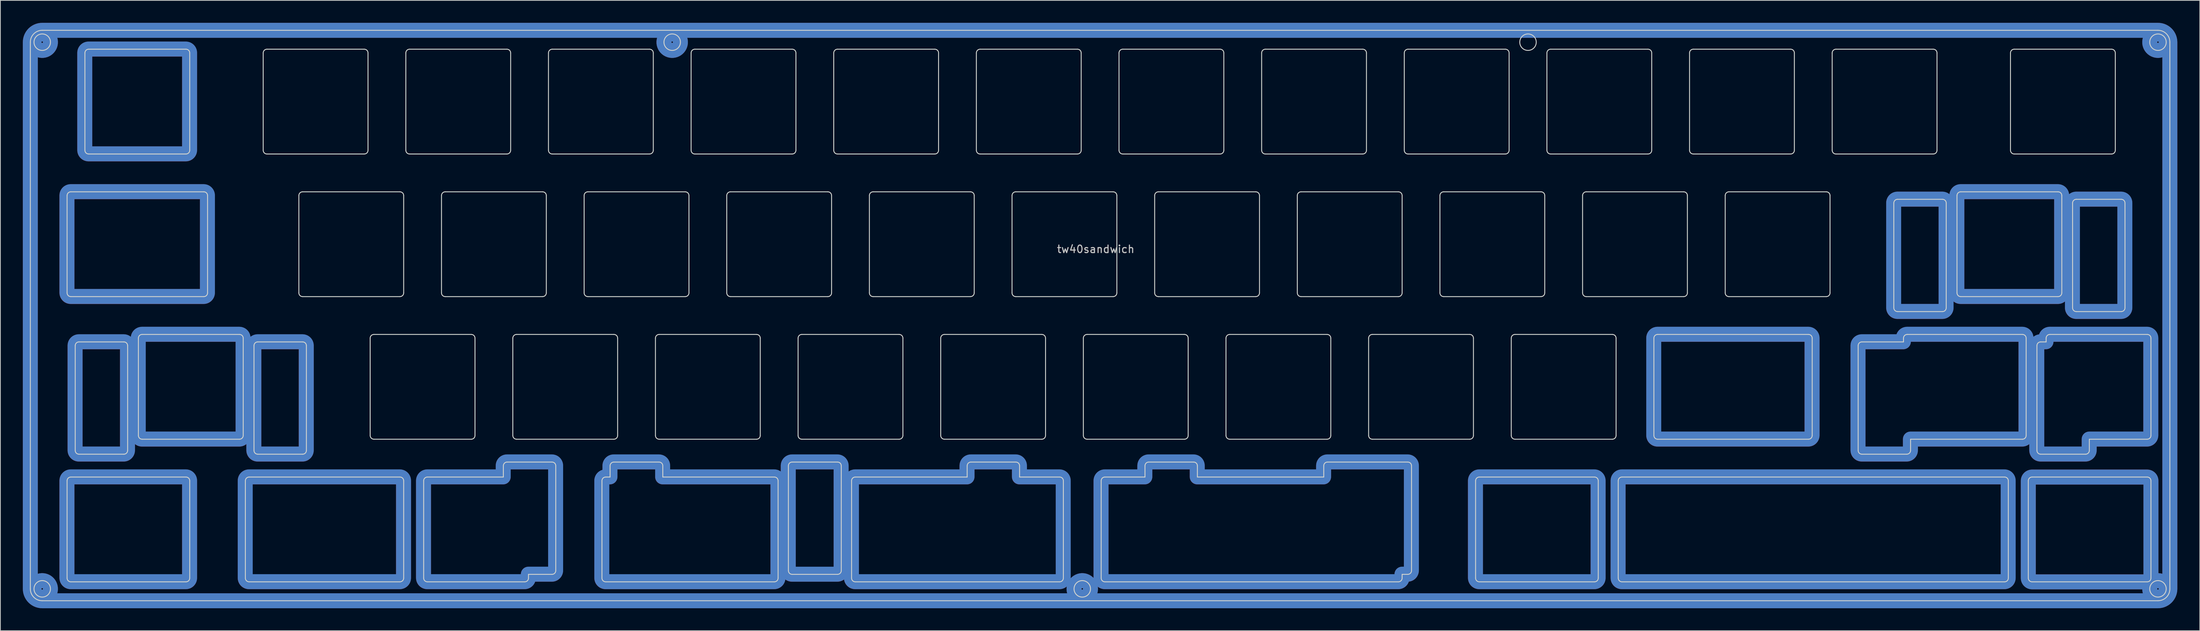
<source format=kicad_pcb>
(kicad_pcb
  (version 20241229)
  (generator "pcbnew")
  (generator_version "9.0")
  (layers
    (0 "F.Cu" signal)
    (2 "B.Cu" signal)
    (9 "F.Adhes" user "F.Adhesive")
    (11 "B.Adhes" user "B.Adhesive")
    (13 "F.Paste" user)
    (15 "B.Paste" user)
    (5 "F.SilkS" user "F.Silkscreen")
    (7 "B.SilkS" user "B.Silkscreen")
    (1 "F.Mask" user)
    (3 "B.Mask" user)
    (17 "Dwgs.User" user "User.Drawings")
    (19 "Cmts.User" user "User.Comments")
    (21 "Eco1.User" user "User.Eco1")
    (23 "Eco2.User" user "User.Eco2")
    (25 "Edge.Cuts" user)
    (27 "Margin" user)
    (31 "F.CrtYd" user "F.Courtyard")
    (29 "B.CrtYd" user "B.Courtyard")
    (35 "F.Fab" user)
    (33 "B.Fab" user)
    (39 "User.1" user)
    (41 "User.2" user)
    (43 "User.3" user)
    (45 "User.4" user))
  (footprint "tw40sandwich"
    (layer "F.Cu")
    (at 143.293 29.732)
    (property "Reference" "tw40sandwich" (at 0 0.5 0) (layer "Dwgs.User") (effects (font (size 1 1) (thickness 0.15))))
    (attr through_hole)
    (fp_line (start -142.291 -27.148) (end -142.291 45.877) (stroke (width 0.12) (type solid)) (layer "Edge.Cuts"))
    (fp_line (start -140.703 47.465) (end 141.872 47.465) (stroke (width 0.12) (type solid)) (layer "Edge.Cuts"))
    (fp_line (start -137.384 6.34) (end -137.384 -6.66) (stroke (width 0.12) (type solid)) (layer "Edge.Cuts"))
    (fp_line (start -137.384 44.44) (end -137.384 31.44) (stroke (width 0.12) (type solid)) (layer "Edge.Cuts"))
    (fp_line (start -136.884 -7.16) (end -119.122 -7.16) (stroke (width 0.12) (type solid)) (layer "Edge.Cuts"))
    (fp_line (start -136.884 30.94) (end -121.503 30.94) (stroke (width 0.12) (type solid)) (layer "Edge.Cuts"))
    (fp_line (start -136.297 27.39) (end -136.297 13.39) (stroke (width 0.12) (type solid)) (layer "Edge.Cuts"))
    (fp_line (start -135.797 12.89) (end -129.797 12.89) (stroke (width 0.12) (type solid)) (layer "Edge.Cuts"))
    (fp_line (start -135.003 -12.71) (end -135.003 -25.71) (stroke (width 0.12) (type solid)) (layer "Edge.Cuts"))
    (fp_line (start -134.503 -26.21) (end -121.503 -26.21) (stroke (width 0.12) (type solid)) (layer "Edge.Cuts"))
    (fp_line (start -129.797 27.89) (end -135.797 27.89) (stroke (width 0.12) (type solid)) (layer "Edge.Cuts"))
    (fp_line (start -129.297 13.39) (end -129.297 27.39) (stroke (width 0.12) (type solid)) (layer "Edge.Cuts"))
    (fp_line (start -127.859 25.39) (end -127.859 12.39) (stroke (width 0.12) (type solid)) (layer "Edge.Cuts"))
    (fp_line (start -127.359 11.89) (end -114.359 11.89) (stroke (width 0.12) (type solid)) (layer "Edge.Cuts"))
    (fp_line (start -121.503 -12.21) (end -134.503 -12.21) (stroke (width 0.12) (type solid)) (layer "Edge.Cuts"))
    (fp_line (start -121.503 44.94) (end -136.884 44.94) (stroke (width 0.12) (type solid)) (layer "Edge.Cuts"))
    (fp_line (start -121.003 -25.71) (end -121.003 -12.71) (stroke (width 0.12) (type solid)) (layer "Edge.Cuts"))
    (fp_line (start -121.003 31.44) (end -121.003 44.44) (stroke (width 0.12) (type solid)) (layer "Edge.Cuts"))
    (fp_line (start -119.122 6.84) (end -136.884 6.84) (stroke (width 0.12) (type solid)) (layer "Edge.Cuts"))
    (fp_line (start -118.622 -6.66) (end -118.622 6.34) (stroke (width 0.12) (type solid)) (layer "Edge.Cuts"))
    (fp_line (start -114.359 25.89) (end -127.359 25.89) (stroke (width 0.12) (type solid)) (layer "Edge.Cuts"))
    (fp_line (start -113.859 12.39) (end -113.859 25.39) (stroke (width 0.12) (type solid)) (layer "Edge.Cuts"))
    (fp_line (start -113.572 44.44) (end -113.572 31.44) (stroke (width 0.12) (type solid)) (layer "Edge.Cuts"))
    (fp_line (start -113.072 30.94) (end -92.928 30.94) (stroke (width 0.12) (type solid)) (layer "Edge.Cuts"))
    (fp_line (start -112.421 27.39) (end -112.421 13.39) (stroke (width 0.12) (type solid)) (layer "Edge.Cuts"))
    (fp_line (start -111.921 12.89) (end -105.921 12.89) (stroke (width 0.12) (type solid)) (layer "Edge.Cuts"))
    (fp_line (start -111.191 -12.71) (end -111.191 -25.71) (stroke (width 0.12) (type solid)) (layer "Edge.Cuts"))
    (fp_line (start -110.691 -26.21) (end -97.691 -26.21) (stroke (width 0.12) (type solid)) (layer "Edge.Cuts"))
    (fp_line (start -106.428 6.34) (end -106.428 -6.66) (stroke (width 0.12) (type solid)) (layer "Edge.Cuts"))
    (fp_line (start -105.928 -7.16) (end -92.928 -7.16) (stroke (width 0.12) (type solid)) (layer "Edge.Cuts"))
    (fp_line (start -105.921 27.89) (end -111.921 27.89) (stroke (width 0.12) (type solid)) (layer "Edge.Cuts"))
    (fp_line (start -105.421 13.39) (end -105.421 27.39) (stroke (width 0.12) (type solid)) (layer "Edge.Cuts"))
    (fp_line (start -97.691 -12.21) (end -110.691 -12.21) (stroke (width 0.12) (type solid)) (layer "Edge.Cuts"))
    (fp_line (start -97.191 -25.71) (end -97.191 -12.71) (stroke (width 0.12) (type solid)) (layer "Edge.Cuts"))
    (fp_line (start -96.903 25.39) (end -96.903 12.39) (stroke (width 0.12) (type solid)) (layer "Edge.Cuts"))
    (fp_line (start -96.403 11.89) (end -83.403 11.89) (stroke (width 0.12) (type solid)) (layer "Edge.Cuts"))
    (fp_line (start -92.928 6.84) (end -105.928 6.84) (stroke (width 0.12) (type solid)) (layer "Edge.Cuts"))
    (fp_line (start -92.928 44.94) (end -113.072 44.94) (stroke (width 0.12) (type solid)) (layer "Edge.Cuts"))
    (fp_line (start -92.428 -6.66) (end -92.428 6.34) (stroke (width 0.12) (type solid)) (layer "Edge.Cuts"))
    (fp_line (start -92.428 31.44) (end -92.428 44.44) (stroke (width 0.12) (type solid)) (layer "Edge.Cuts"))
    (fp_line (start -92.141 -12.71) (end -92.141 -25.71) (stroke (width 0.12) (type solid)) (layer "Edge.Cuts"))
    (fp_line (start -91.641 -26.21) (end -78.641 -26.21) (stroke (width 0.12) (type solid)) (layer "Edge.Cuts"))
    (fp_line (start -89.759 44.44) (end -89.759 31.44) (stroke (width 0.12) (type solid)) (layer "Edge.Cuts"))
    (fp_line (start -89.259 30.94) (end -79.116 30.94) (stroke (width 0.12) (type solid)) (layer "Edge.Cuts"))
    (fp_line (start -87.378 6.34) (end -87.378 -6.66) (stroke (width 0.12) (type solid)) (layer "Edge.Cuts"))
    (fp_line (start -86.878 -7.16) (end -73.878 -7.16) (stroke (width 0.12) (type solid)) (layer "Edge.Cuts"))
    (fp_line (start -83.403 25.89) (end -96.403 25.89) (stroke (width 0.12) (type solid)) (layer "Edge.Cuts"))
    (fp_line (start -82.903 12.39) (end -82.903 25.39) (stroke (width 0.12) (type solid)) (layer "Edge.Cuts"))
    (fp_line (start -79.116 30.94) (end -79.116 29.44) (stroke (width 0.12) (type solid)) (layer "Edge.Cuts"))
    (fp_line (start -78.641 -12.21) (end -91.641 -12.21) (stroke (width 0.12) (type solid)) (layer "Edge.Cuts"))
    (fp_line (start -78.616 28.94) (end -72.616 28.94) (stroke (width 0.12) (type solid)) (layer "Edge.Cuts"))
    (fp_line (start -78.141 -25.71) (end -78.141 -12.71) (stroke (width 0.12) (type solid)) (layer "Edge.Cuts"))
    (fp_line (start -77.853 25.39) (end -77.853 12.39) (stroke (width 0.12) (type solid)) (layer "Edge.Cuts"))
    (fp_line (start -77.353 11.89) (end -64.353 11.89) (stroke (width 0.12) (type solid)) (layer "Edge.Cuts"))
    (fp_line (start -76.259 44.94) (end -89.259 44.94) (stroke (width 0.12) (type solid)) (layer "Edge.Cuts"))
    (fp_line (start -75.759 43.94) (end -75.759 44.44) (stroke (width 0.12) (type solid)) (layer "Edge.Cuts"))
    (fp_line (start -73.878 6.84) (end -86.878 6.84) (stroke (width 0.12) (type solid)) (layer "Edge.Cuts"))
    (fp_line (start -73.378 -6.66) (end -73.378 6.34) (stroke (width 0.12) (type solid)) (layer "Edge.Cuts"))
    (fp_line (start -73.091 -12.71) (end -73.091 -25.71) (stroke (width 0.12) (type solid)) (layer "Edge.Cuts"))
    (fp_line (start -72.616 43.94) (end -75.759 43.94) (stroke (width 0.12) (type solid)) (layer "Edge.Cuts"))
    (fp_line (start -72.591 -26.21) (end -59.591 -26.21) (stroke (width 0.12) (type solid)) (layer "Edge.Cuts"))
    (fp_line (start -72.116 29.44) (end -72.116 43.44) (stroke (width 0.12) (type solid)) (layer "Edge.Cuts"))
    (fp_line (start -68.328 6.34) (end -68.328 -6.66) (stroke (width 0.12) (type solid)) (layer "Edge.Cuts"))
    (fp_line (start -67.828 -7.16) (end -54.828 -7.16) (stroke (width 0.12) (type solid)) (layer "Edge.Cuts"))
    (fp_line (start -65.947 44.44) (end -65.947 31.44) (stroke (width 0.12) (type solid)) (layer "Edge.Cuts"))
    (fp_line (start -65.447 30.94) (end -64.86 30.94) (stroke (width 0.12) (type solid)) (layer "Edge.Cuts"))
    (fp_line (start -64.86 30.94) (end -64.86 29.44) (stroke (width 0.12) (type solid)) (layer "Edge.Cuts"))
    (fp_line (start -64.36 28.94) (end -58.322 28.94) (stroke (width 0.12) (type solid)) (layer "Edge.Cuts"))
    (fp_line (start -64.353 25.89) (end -77.353 25.89) (stroke (width 0.12) (type solid)) (layer "Edge.Cuts"))
    (fp_line (start -63.853 12.39) (end -63.853 25.39) (stroke (width 0.12) (type solid)) (layer "Edge.Cuts"))
    (fp_line (start -59.591 -12.21) (end -72.591 -12.21) (stroke (width 0.12) (type solid)) (layer "Edge.Cuts"))
    (fp_line (start -59.091 -25.71) (end -59.091 -12.71) (stroke (width 0.12) (type solid)) (layer "Edge.Cuts"))
    (fp_line (start -58.803 25.39) (end -58.803 12.39) (stroke (width 0.12) (type solid)) (layer "Edge.Cuts"))
    (fp_line (start -58.303 11.89) (end -45.303 11.89) (stroke (width 0.12) (type solid)) (layer "Edge.Cuts"))
    (fp_line (start -57.822 29.44) (end -57.822 30.94) (stroke (width 0.12) (type solid)) (layer "Edge.Cuts"))
    (fp_line (start -57.822 30.94) (end -42.922 30.94) (stroke (width 0.12) (type solid)) (layer "Edge.Cuts"))
    (fp_line (start -54.828 6.84) (end -67.828 6.84) (stroke (width 0.12) (type solid)) (layer "Edge.Cuts"))
    (fp_line (start -54.328 -6.66) (end -54.328 6.34) (stroke (width 0.12) (type solid)) (layer "Edge.Cuts"))
    (fp_line (start -54.041 -12.71) (end -54.041 -25.71) (stroke (width 0.12) (type solid)) (layer "Edge.Cuts"))
    (fp_line (start -53.541 -26.21) (end -40.541 -26.21) (stroke (width 0.12) (type solid)) (layer "Edge.Cuts"))
    (fp_line (start -49.278 6.34) (end -49.278 -6.66) (stroke (width 0.12) (type solid)) (layer "Edge.Cuts"))
    (fp_line (start -48.778 -7.16) (end -35.778 -7.16) (stroke (width 0.12) (type solid)) (layer "Edge.Cuts"))
    (fp_line (start -45.303 25.89) (end -58.303 25.89) (stroke (width 0.12) (type solid)) (layer "Edge.Cuts"))
    (fp_line (start -44.803 12.39) (end -44.803 25.39) (stroke (width 0.12) (type solid)) (layer "Edge.Cuts"))
    (fp_line (start -42.922 44.94) (end -65.447 44.94) (stroke (width 0.12) (type solid)) (layer "Edge.Cuts"))
    (fp_line (start -42.422 31.44) (end -42.422 44.44) (stroke (width 0.12) (type solid)) (layer "Edge.Cuts"))
    (fp_line (start -41.047 43.44) (end -41.047 29.44) (stroke (width 0.12) (type solid)) (layer "Edge.Cuts"))
    (fp_line (start -40.547 28.94) (end -34.484 28.94) (stroke (width 0.12) (type solid)) (layer "Edge.Cuts"))
    (fp_line (start -40.541 -12.21) (end -53.541 -12.21) (stroke (width 0.12) (type solid)) (layer "Edge.Cuts"))
    (fp_line (start -40.041 -25.71) (end -40.041 -12.71) (stroke (width 0.12) (type solid)) (layer "Edge.Cuts"))
    (fp_line (start -39.753 25.39) (end -39.753 12.39) (stroke (width 0.12) (type solid)) (layer "Edge.Cuts"))
    (fp_line (start -39.253 11.89) (end -26.253 11.89) (stroke (width 0.12) (type solid)) (layer "Edge.Cuts"))
    (fp_line (start -35.778 6.84) (end -48.778 6.84) (stroke (width 0.12) (type solid)) (layer "Edge.Cuts"))
    (fp_line (start -35.278 -6.66) (end -35.278 6.34) (stroke (width 0.12) (type solid)) (layer "Edge.Cuts"))
    (fp_line (start -34.991 -12.71) (end -34.991 -25.71) (stroke (width 0.12) (type solid)) (layer "Edge.Cuts"))
    (fp_line (start -34.491 -26.21) (end -21.491 -26.21) (stroke (width 0.12) (type solid)) (layer "Edge.Cuts"))
    (fp_line (start -34.484 43.94) (end -40.547 43.94) (stroke (width 0.12) (type solid)) (layer "Edge.Cuts"))
    (fp_line (start -33.984 29.44) (end -33.984 43.44) (stroke (width 0.12) (type solid)) (layer "Edge.Cuts"))
    (fp_line (start -32.609 44.44) (end -32.609 31.44) (stroke (width 0.12) (type solid)) (layer "Edge.Cuts"))
    (fp_line (start -32.109 30.94) (end -17.171 30.94) (stroke (width 0.12) (type solid)) (layer "Edge.Cuts"))
    (fp_line (start -30.228 6.34) (end -30.228 -6.66) (stroke (width 0.12) (type solid)) (layer "Edge.Cuts"))
    (fp_line (start -29.728 -7.16) (end -16.728 -7.16) (stroke (width 0.12) (type solid)) (layer "Edge.Cuts"))
    (fp_line (start -26.253 25.89) (end -39.253 25.89) (stroke (width 0.12) (type solid)) (layer "Edge.Cuts"))
    (fp_line (start -25.753 12.39) (end -25.753 25.39) (stroke (width 0.12) (type solid)) (layer "Edge.Cuts"))
    (fp_line (start -21.491 -12.21) (end -34.491 -12.21) (stroke (width 0.12) (type solid)) (layer "Edge.Cuts"))
    (fp_line (start -20.991 -25.71) (end -20.991 -12.71) (stroke (width 0.12) (type solid)) (layer "Edge.Cuts"))
    (fp_line (start -20.703 25.39) (end -20.703 12.39) (stroke (width 0.12) (type solid)) (layer "Edge.Cuts"))
    (fp_line (start -20.203 11.89) (end -7.203 11.89) (stroke (width 0.12) (type solid)) (layer "Edge.Cuts"))
    (fp_line (start -17.171 30.94) (end -17.171 29.44) (stroke (width 0.12) (type solid)) (layer "Edge.Cuts"))
    (fp_line (start -16.728 6.84) (end -29.728 6.84) (stroke (width 0.12) (type solid)) (layer "Edge.Cuts"))
    (fp_line (start -16.671 28.94) (end -10.671 28.94) (stroke (width 0.12) (type solid)) (layer "Edge.Cuts"))
    (fp_line (start -16.228 -6.66) (end -16.228 6.34) (stroke (width 0.12) (type solid)) (layer "Edge.Cuts"))
    (fp_line (start -15.941 -12.71) (end -15.941 -25.71) (stroke (width 0.12) (type solid)) (layer "Edge.Cuts"))
    (fp_line (start -15.441 -26.21) (end -2.441 -26.21) (stroke (width 0.12) (type solid)) (layer "Edge.Cuts"))
    (fp_line (start -11.178 6.34) (end -11.178 -6.66) (stroke (width 0.12) (type solid)) (layer "Edge.Cuts"))
    (fp_line (start -10.678 -7.16) (end 2.322 -7.16) (stroke (width 0.12) (type solid)) (layer "Edge.Cuts"))
    (fp_line (start -10.171 29.44) (end -10.171 30.94) (stroke (width 0.12) (type solid)) (layer "Edge.Cuts"))
    (fp_line (start -10.171 30.94) (end -4.822 30.94) (stroke (width 0.12) (type solid)) (layer "Edge.Cuts"))
    (fp_line (start -7.203 25.89) (end -20.203 25.89) (stroke (width 0.12) (type solid)) (layer "Edge.Cuts"))
    (fp_line (start -6.703 12.39) (end -6.703 25.39) (stroke (width 0.12) (type solid)) (layer "Edge.Cuts"))
    (fp_line (start -4.822 44.94) (end -32.109 44.94) (stroke (width 0.12) (type solid)) (layer "Edge.Cuts"))
    (fp_line (start -4.322 31.44) (end -4.322 44.44) (stroke (width 0.12) (type solid)) (layer "Edge.Cuts"))
    (fp_line (start -2.441 -12.21) (end -15.441 -12.21) (stroke (width 0.12) (type solid)) (layer "Edge.Cuts"))
    (fp_line (start -1.941 -25.71) (end -1.941 -12.71) (stroke (width 0.12) (type solid)) (layer "Edge.Cuts"))
    (fp_line (start -1.653 25.39) (end -1.653 12.39) (stroke (width 0.12) (type solid)) (layer "Edge.Cuts"))
    (fp_line (start -1.153 11.89) (end 11.847 11.89) (stroke (width 0.12) (type solid)) (layer "Edge.Cuts"))
    (fp_line (start 0.728 44.44) (end 0.728 31.44) (stroke (width 0.12) (type solid)) (layer "Edge.Cuts"))
    (fp_line (start 1.228 30.94) (end 6.578 30.94) (stroke (width 0.12) (type solid)) (layer "Edge.Cuts"))
    (fp_line (start 2.322 6.84) (end -10.678 6.84) (stroke (width 0.12) (type solid)) (layer "Edge.Cuts"))
    (fp_line (start 2.822 -6.66) (end 2.822 6.34) (stroke (width 0.12) (type solid)) (layer "Edge.Cuts"))
    (fp_line (start 3.109 -12.71) (end 3.109 -25.71) (stroke (width 0.12) (type solid)) (layer "Edge.Cuts"))
    (fp_line (start 3.609 -26.21) (end 16.609 -26.21) (stroke (width 0.12) (type solid)) (layer "Edge.Cuts"))
    (fp_line (start 6.578 30.94) (end 6.578 29.44) (stroke (width 0.12) (type solid)) (layer "Edge.Cuts"))
    (fp_line (start 7.078 28.94) (end 13.078 28.94) (stroke (width 0.12) (type solid)) (layer "Edge.Cuts"))
    (fp_line (start 7.872 6.34) (end 7.872 -6.66) (stroke (width 0.12) (type solid)) (layer "Edge.Cuts"))
    (fp_line (start 8.372 -7.16) (end 21.372 -7.16) (stroke (width 0.12) (type solid)) (layer "Edge.Cuts"))
    (fp_line (start 11.847 25.89) (end -1.153 25.89) (stroke (width 0.12) (type solid)) (layer "Edge.Cuts"))
    (fp_line (start 12.347 12.39) (end 12.347 25.39) (stroke (width 0.12) (type solid)) (layer "Edge.Cuts"))
    (fp_line (start 13.578 29.44) (end 13.578 30.94) (stroke (width 0.12) (type solid)) (layer "Edge.Cuts"))
    (fp_line (start 13.578 30.94) (end 30.454 30.94) (stroke (width 0.12) (type solid)) (layer "Edge.Cuts"))
    (fp_line (start 16.609 -12.21) (end 3.609 -12.21) (stroke (width 0.12) (type solid)) (layer "Edge.Cuts"))
    (fp_line (start 17.109 -25.71) (end 17.109 -12.71) (stroke (width 0.12) (type solid)) (layer "Edge.Cuts"))
    (fp_line (start 17.397 25.39) (end 17.397 12.39) (stroke (width 0.12) (type solid)) (layer "Edge.Cuts"))
    (fp_line (start 17.897 11.89) (end 30.897 11.89) (stroke (width 0.12) (type solid)) (layer "Edge.Cuts"))
    (fp_line (start 21.372 6.84) (end 8.372 6.84) (stroke (width 0.12) (type solid)) (layer "Edge.Cuts"))
    (fp_line (start 21.872 -6.66) (end 21.872 6.34) (stroke (width 0.12) (type solid)) (layer "Edge.Cuts"))
    (fp_line (start 22.159 -12.71) (end 22.159 -25.71) (stroke (width 0.12) (type solid)) (layer "Edge.Cuts"))
    (fp_line (start 22.659 -26.21) (end 35.659 -26.21) (stroke (width 0.12) (type solid)) (layer "Edge.Cuts"))
    (fp_line (start 26.922 6.34) (end 26.922 -6.66) (stroke (width 0.12) (type solid)) (layer "Edge.Cuts"))
    (fp_line (start 27.422 -7.16) (end 40.422 -7.16) (stroke (width 0.12) (type solid)) (layer "Edge.Cuts"))
    (fp_line (start 30.454 30.94) (end 30.454 29.44) (stroke (width 0.12) (type solid)) (layer "Edge.Cuts"))
    (fp_line (start 30.897 25.89) (end 17.897 25.89) (stroke (width 0.12) (type solid)) (layer "Edge.Cuts"))
    (fp_line (start 30.954 28.94) (end 41.678 28.94) (stroke (width 0.12) (type solid)) (layer "Edge.Cuts"))
    (fp_line (start 31.397 12.39) (end 31.397 25.39) (stroke (width 0.12) (type solid)) (layer "Edge.Cuts"))
    (fp_line (start 35.659 -12.21) (end 22.659 -12.21) (stroke (width 0.12) (type solid)) (layer "Edge.Cuts"))
    (fp_line (start 36.159 -25.71) (end 36.159 -12.71) (stroke (width 0.12) (type solid)) (layer "Edge.Cuts"))
    (fp_line (start 36.447 25.39) (end 36.447 12.39) (stroke (width 0.12) (type solid)) (layer "Edge.Cuts"))
    (fp_line (start 36.947 11.89) (end 49.947 11.89) (stroke (width 0.12) (type solid)) (layer "Edge.Cuts"))
    (fp_line (start 40.422 6.84) (end 27.422 6.84) (stroke (width 0.12) (type solid)) (layer "Edge.Cuts"))
    (fp_line (start 40.422 44.94) (end 1.228 44.94) (stroke (width 0.12) (type solid)) (layer "Edge.Cuts"))
    (fp_line (start 40.922 -6.66) (end 40.922 6.34) (stroke (width 0.12) (type solid)) (layer "Edge.Cuts"))
    (fp_line (start 40.922 43.94) (end 40.922 44.44) (stroke (width 0.12) (type solid)) (layer "Edge.Cuts"))
    (fp_line (start 41.209 -12.71) (end 41.209 -25.71) (stroke (width 0.12) (type solid)) (layer "Edge.Cuts"))
    (fp_line (start 41.678 43.94) (end 40.922 43.94) (stroke (width 0.12) (type solid)) (layer "Edge.Cuts"))
    (fp_line (start 41.709 -26.21) (end 54.709 -26.21) (stroke (width 0.12) (type solid)) (layer "Edge.Cuts"))
    (fp_line (start 42.178 29.44) (end 42.178 43.44) (stroke (width 0.12) (type solid)) (layer "Edge.Cuts"))
    (fp_line (start 45.972 6.34) (end 45.972 -6.66) (stroke (width 0.12) (type solid)) (layer "Edge.Cuts"))
    (fp_line (start 46.472 -7.16) (end 59.472 -7.16) (stroke (width 0.12) (type solid)) (layer "Edge.Cuts"))
    (fp_line (start 49.947 25.89) (end 36.947 25.89) (stroke (width 0.12) (type solid)) (layer "Edge.Cuts"))
    (fp_line (start 50.447 12.39) (end 50.447 25.39) (stroke (width 0.12) (type solid)) (layer "Edge.Cuts"))
    (fp_line (start 50.734 44.44) (end 50.734 31.44) (stroke (width 0.12) (type solid)) (layer "Edge.Cuts"))
    (fp_line (start 51.234 30.94) (end 66.616 30.94) (stroke (width 0.12) (type solid)) (layer "Edge.Cuts"))
    (fp_line (start 54.709 -12.21) (end 41.709 -12.21) (stroke (width 0.12) (type solid)) (layer "Edge.Cuts"))
    (fp_line (start 55.209 -25.71) (end 55.209 -12.71) (stroke (width 0.12) (type solid)) (layer "Edge.Cuts"))
    (fp_line (start 55.497 25.39) (end 55.497 12.39) (stroke (width 0.12) (type solid)) (layer "Edge.Cuts"))
    (fp_line (start 55.997 11.89) (end 68.997 11.89) (stroke (width 0.12) (type solid)) (layer "Edge.Cuts"))
    (fp_line (start 59.472 6.84) (end 46.472 6.84) (stroke (width 0.12) (type solid)) (layer "Edge.Cuts"))
    (fp_line (start 59.972 -6.66) (end 59.972 6.34) (stroke (width 0.12) (type solid)) (layer "Edge.Cuts"))
    (fp_line (start 60.259 -12.71) (end 60.259 -25.71) (stroke (width 0.12) (type solid)) (layer "Edge.Cuts"))
    (fp_line (start 60.759 -26.21) (end 73.759 -26.21) (stroke (width 0.12) (type solid)) (layer "Edge.Cuts"))
    (fp_line (start 65.022 6.34) (end 65.022 -6.66) (stroke (width 0.12) (type solid)) (layer "Edge.Cuts"))
    (fp_line (start 65.522 -7.16) (end 78.522 -7.16) (stroke (width 0.12) (type solid)) (layer "Edge.Cuts"))
    (fp_line (start 66.616 44.94) (end 51.234 44.94) (stroke (width 0.12) (type solid)) (layer "Edge.Cuts"))
    (fp_line (start 67.116 31.44) (end 67.116 44.44) (stroke (width 0.12) (type solid)) (layer "Edge.Cuts"))
    (fp_line (start 68.997 25.89) (end 55.997 25.89) (stroke (width 0.12) (type solid)) (layer "Edge.Cuts"))
    (fp_line (start 69.497 12.39) (end 69.497 25.39) (stroke (width 0.12) (type solid)) (layer "Edge.Cuts"))
    (fp_line (start 69.784 44.44) (end 69.784 31.44) (stroke (width 0.12) (type solid)) (layer "Edge.Cuts"))
    (fp_line (start 70.284 30.94) (end 121.384 30.94) (stroke (width 0.12) (type solid)) (layer "Edge.Cuts"))
    (fp_line (start 73.759 -12.21) (end 60.759 -12.21) (stroke (width 0.12) (type solid)) (layer "Edge.Cuts"))
    (fp_line (start 74.259 -25.71) (end 74.259 -12.71) (stroke (width 0.12) (type solid)) (layer "Edge.Cuts"))
    (fp_line (start 74.547 25.39) (end 74.547 12.39) (stroke (width 0.12) (type solid)) (layer "Edge.Cuts"))
    (fp_line (start 75.047 11.89) (end 95.191 11.89) (stroke (width 0.12) (type solid)) (layer "Edge.Cuts"))
    (fp_line (start 78.522 6.84) (end 65.522 6.84) (stroke (width 0.12) (type solid)) (layer "Edge.Cuts"))
    (fp_line (start 79.022 -6.66) (end 79.022 6.34) (stroke (width 0.12) (type solid)) (layer "Edge.Cuts"))
    (fp_line (start 79.309 -12.71) (end 79.309 -25.71) (stroke (width 0.12) (type solid)) (layer "Edge.Cuts"))
    (fp_line (start 79.809 -26.21) (end 92.809 -26.21) (stroke (width 0.12) (type solid)) (layer "Edge.Cuts"))
    (fp_line (start 84.072 6.34) (end 84.072 -6.66) (stroke (width 0.12) (type solid)) (layer "Edge.Cuts"))
    (fp_line (start 84.572 -7.16) (end 97.572 -7.16) (stroke (width 0.12) (type solid)) (layer "Edge.Cuts"))
    (fp_line (start 92.809 -12.21) (end 79.809 -12.21) (stroke (width 0.12) (type solid)) (layer "Edge.Cuts"))
    (fp_line (start 93.309 -25.71) (end 93.309 -12.71) (stroke (width 0.12) (type solid)) (layer "Edge.Cuts"))
    (fp_line (start 95.191 25.89) (end 75.047 25.89) (stroke (width 0.12) (type solid)) (layer "Edge.Cuts"))
    (fp_line (start 95.691 12.39) (end 95.691 25.39) (stroke (width 0.12) (type solid)) (layer "Edge.Cuts"))
    (fp_line (start 97.572 6.84) (end 84.572 6.84) (stroke (width 0.12) (type solid)) (layer "Edge.Cuts"))
    (fp_line (start 98.072 -6.66) (end 98.072 6.34) (stroke (width 0.12) (type solid)) (layer "Edge.Cuts"))
    (fp_line (start 98.359 -12.71) (end 98.359 -25.71) (stroke (width 0.12) (type solid)) (layer "Edge.Cuts"))
    (fp_line (start 98.859 -26.21) (end 111.859 -26.21) (stroke (width 0.12) (type solid)) (layer "Edge.Cuts"))
    (fp_line (start 101.828 27.39) (end 101.828 13.39) (stroke (width 0.12) (type solid)) (layer "Edge.Cuts"))
    (fp_line (start 102.328 12.89) (end 107.884 12.89) (stroke (width 0.12) (type solid)) (layer "Edge.Cuts"))
    (fp_line (start 106.59 8.34) (end 106.59 -5.66) (stroke (width 0.12) (type solid)) (layer "Edge.Cuts"))
    (fp_line (start 107.09 -6.16) (end 113.09 -6.16) (stroke (width 0.12) (type solid)) (layer "Edge.Cuts"))
    (fp_line (start 107.884 12.89) (end 107.884 12.39) (stroke (width 0.12) (type solid)) (layer "Edge.Cuts"))
    (fp_line (start 108.328 27.89) (end 102.328 27.89) (stroke (width 0.12) (type solid)) (layer "Edge.Cuts"))
    (fp_line (start 108.384 11.89) (end 123.766 11.89) (stroke (width 0.12) (type solid)) (layer "Edge.Cuts"))
    (fp_line (start 108.828 25.89) (end 108.828 27.39) (stroke (width 0.12) (type solid)) (layer "Edge.Cuts"))
    (fp_line (start 111.859 -12.21) (end 98.859 -12.21) (stroke (width 0.12) (type solid)) (layer "Edge.Cuts"))
    (fp_line (start 112.359 -25.71) (end 112.359 -12.71) (stroke (width 0.12) (type solid)) (layer "Edge.Cuts"))
    (fp_line (start 113.09 8.84) (end 107.09 8.84) (stroke (width 0.12) (type solid)) (layer "Edge.Cuts"))
    (fp_line (start 113.59 -5.66) (end 113.59 8.34) (stroke (width 0.12) (type solid)) (layer "Edge.Cuts"))
    (fp_line (start 115.028 6.34) (end 115.028 -6.66) (stroke (width 0.12) (type solid)) (layer "Edge.Cuts"))
    (fp_line (start 115.528 -7.16) (end 128.528 -7.16) (stroke (width 0.12) (type solid)) (layer "Edge.Cuts"))
    (fp_line (start 121.384 44.94) (end 70.284 44.94) (stroke (width 0.12) (type solid)) (layer "Edge.Cuts"))
    (fp_line (start 121.884 31.44) (end 121.884 44.44) (stroke (width 0.12) (type solid)) (layer "Edge.Cuts"))
    (fp_line (start 122.172 -12.71) (end 122.172 -25.71) (stroke (width 0.12) (type solid)) (layer "Edge.Cuts"))
    (fp_line (start 122.672 -26.21) (end 135.672 -26.21) (stroke (width 0.12) (type solid)) (layer "Edge.Cuts"))
    (fp_line (start 123.766 25.89) (end 108.828 25.89) (stroke (width 0.12) (type solid)) (layer "Edge.Cuts"))
    (fp_line (start 124.266 12.39) (end 124.266 25.39) (stroke (width 0.12) (type solid)) (layer "Edge.Cuts"))
    (fp_line (start 124.553 44.44) (end 124.553 31.44) (stroke (width 0.12) (type solid)) (layer "Edge.Cuts"))
    (fp_line (start 125.053 30.94) (end 140.434 30.94) (stroke (width 0.12) (type solid)) (layer "Edge.Cuts"))
    (fp_line (start 125.704 27.39) (end 125.704 13.39) (stroke (width 0.12) (type solid)) (layer "Edge.Cuts"))
    (fp_line (start 126.204 12.89) (end 126.934 12.89) (stroke (width 0.12) (type solid)) (layer "Edge.Cuts"))
    (fp_line (start 126.934 12.89) (end 126.934 12.39) (stroke (width 0.12) (type solid)) (layer "Edge.Cuts"))
    (fp_line (start 127.434 11.89) (end 140.434 11.89) (stroke (width 0.12) (type solid)) (layer "Edge.Cuts"))
    (fp_line (start 128.528 6.84) (end 115.528 6.84) (stroke (width 0.12) (type solid)) (layer "Edge.Cuts"))
    (fp_line (start 129.028 -6.66) (end 129.028 6.34) (stroke (width 0.12) (type solid)) (layer "Edge.Cuts"))
    (fp_line (start 130.466 8.34) (end 130.466 -5.66) (stroke (width 0.12) (type solid)) (layer "Edge.Cuts"))
    (fp_line (start 130.966 -6.16) (end 136.966 -6.16) (stroke (width 0.12) (type solid)) (layer "Edge.Cuts"))
    (fp_line (start 132.204 27.89) (end 126.204 27.89) (stroke (width 0.12) (type solid)) (layer "Edge.Cuts"))
    (fp_line (start 132.704 25.89) (end 132.704 27.39) (stroke (width 0.12) (type solid)) (layer "Edge.Cuts"))
    (fp_line (start 135.672 -12.21) (end 122.672 -12.21) (stroke (width 0.12) (type solid)) (layer "Edge.Cuts"))
    (fp_line (start 136.172 -25.71) (end 136.172 -12.71) (stroke (width 0.12) (type solid)) (layer "Edge.Cuts"))
    (fp_line (start 136.966 8.84) (end 130.966 8.84) (stroke (width 0.12) (type solid)) (layer "Edge.Cuts"))
    (fp_line (start 137.466 -5.66) (end 137.466 8.34) (stroke (width 0.12) (type solid)) (layer "Edge.Cuts"))
    (fp_line (start 140.434 25.89) (end 132.704 25.89) (stroke (width 0.12) (type solid)) (layer "Edge.Cuts"))
    (fp_line (start 140.434 44.94) (end 125.053 44.94) (stroke (width 0.12) (type solid)) (layer "Edge.Cuts"))
    (fp_line (start 140.934 12.39) (end 140.934 25.39) (stroke (width 0.12) (type solid)) (layer "Edge.Cuts"))
    (fp_line (start 140.934 31.44) (end 140.934 44.44) (stroke (width 0.12) (type solid)) (layer "Edge.Cuts"))
    (fp_line (start 141.872 -28.735) (end -140.703 -28.735) (stroke (width 0.12) (type solid)) (layer "Edge.Cuts"))
    (fp_line (start 143.459 45.877) (end 143.459 -27.148) (stroke (width 0.12) (type solid)) (layer "Edge.Cuts"))
    (fp_arc (start -142.290659 -27.14766) (mid -141.825691 -28.270192) (end -140.703159 -28.73516) (stroke (width 0.12) (type solid)) (layer "Edge.Cuts"))
    (fp_arc (start -140.703159 47.464839) (mid -141.825691 46.999871) (end -142.290659 45.877339) (stroke (width 0.12) (type solid)) (layer "Edge.Cuts"))
    (fp_arc (start -137.384409 -6.66016) (mid -137.237962 -7.013713) (end -136.884409 -7.16016) (stroke (width 0.12) (type solid)) (layer "Edge.Cuts"))
    (fp_arc (start -137.384409 31.439839) (mid -137.237962 31.086286) (end -136.884409 30.939839) (stroke (width 0.12) (type solid)) (layer "Edge.Cuts"))
    (fp_arc (start -136.884409 6.83984) (mid -137.237962 6.693393) (end -137.384409 6.33984) (stroke (width 0.12) (type solid)) (layer "Edge.Cuts"))
    (fp_arc (start -136.884409 44.939839) (mid -137.237962 44.793392) (end -137.384409 44.439839) (stroke (width 0.12) (type solid)) (layer "Edge.Cuts"))
    (fp_arc (start -136.29741 13.389838) (mid -136.150963 13.036285) (end -135.797409 12.889839) (stroke (width 0.12) (type solid)) (layer "Edge.Cuts"))
    (fp_arc (start -135.797409 27.889839) (mid -136.150962 27.743392) (end -136.297409 27.389839) (stroke (width 0.12) (type solid)) (layer "Edge.Cuts"))
    (fp_arc (start -135.003159 -25.71016) (mid -134.856712 -26.063713) (end -134.503159 -26.21016) (stroke (width 0.12) (type solid)) (layer "Edge.Cuts"))
    (fp_arc (start -134.503159 -12.210161) (mid -134.856712 -12.356608) (end -135.003159 -12.710161) (stroke (width 0.12) (type solid)) (layer "Edge.Cuts"))
    (fp_arc (start -129.797409 12.889839) (mid -129.443856 13.036286) (end -129.297409 13.389839) (stroke (width 0.12) (type solid)) (layer "Edge.Cuts"))
    (fp_arc (start -129.297409 27.389839) (mid -129.443856 27.743392) (end -129.797409 27.889839) (stroke (width 0.12) (type solid)) (layer "Edge.Cuts"))
    (fp_arc (start -127.859409 12.389839) (mid -127.712962 12.036286) (end -127.359409 11.889839) (stroke (width 0.12) (type solid)) (layer "Edge.Cuts"))
    (fp_arc (start -127.35941 25.889838) (mid -127.712963 25.743392) (end -127.859409 25.389839) (stroke (width 0.12) (type solid)) (layer "Edge.Cuts"))
    (fp_arc (start -121.503159 -26.21016) (mid -121.149606 -26.063713) (end -121.003159 -25.71016) (stroke (width 0.12) (type solid)) (layer "Edge.Cuts"))
    (fp_arc (start -121.503159 30.939839) (mid -121.149606 31.086286) (end -121.003159 31.439839) (stroke (width 0.12) (type solid)) (layer "Edge.Cuts"))
    (fp_arc (start -121.003159 44.439839) (mid -121.149606 44.793392) (end -121.503159 44.939839) (stroke (width 0.12) (type solid)) (layer "Edge.Cuts"))
    (fp_arc (start -121.003158 -12.710161) (mid -121.149605 -12.356607) (end -121.503159 -12.21016) (stroke (width 0.12) (type solid)) (layer "Edge.Cuts"))
    (fp_arc (start -119.121909 -7.160159) (mid -118.768356 -7.013713) (end -118.62191 -6.66016) (stroke (width 0.12) (type solid)) (layer "Edge.Cuts"))
    (fp_arc (start -118.621909 6.33984) (mid -118.768356 6.693393) (end -119.121909 6.83984) (stroke (width 0.12) (type solid)) (layer "Edge.Cuts"))
    (fp_arc (start -114.359409 11.889839) (mid -114.005856 12.036286) (end -113.859409 12.389839) (stroke (width 0.12) (type solid)) (layer "Edge.Cuts"))
    (fp_arc (start -113.859409 25.389839) (mid -114.005856 25.743392) (end -114.359409 25.889839) (stroke (width 0.12) (type solid)) (layer "Edge.Cuts"))
    (fp_arc (start -113.571909 31.439839) (mid -113.425462 31.086286) (end -113.071909 30.939839) (stroke (width 0.12) (type solid)) (layer "Edge.Cuts"))
    (fp_arc (start -113.071909 44.939839) (mid -113.425462 44.793392) (end -113.571909 44.439839) (stroke (width 0.12) (type solid)) (layer "Edge.Cuts"))
    (fp_arc (start -112.42141 13.389838) (mid -112.274963 13.036285) (end -111.921409 12.889839) (stroke (width 0.12) (type solid)) (layer "Edge.Cuts"))
    (fp_arc (start -111.921409 27.889839) (mid -112.274962 27.743392) (end -112.421409 27.389839) (stroke (width 0.12) (type solid)) (layer "Edge.Cuts"))
    (fp_arc (start -111.190659 -25.71016) (mid -111.044212 -26.063713) (end -110.690659 -26.21016) (stroke (width 0.12) (type solid)) (layer "Edge.Cuts"))
    (fp_arc (start -110.690659 -12.210161) (mid -111.044212 -12.356608) (end -111.190659 -12.710161) (stroke (width 0.12) (type solid)) (layer "Edge.Cuts"))
    (fp_arc (start -106.428159 -6.66016) (mid -106.281712 -7.013713) (end -105.928159 -7.16016) (stroke (width 0.12) (type solid)) (layer "Edge.Cuts"))
    (fp_arc (start -105.928159 6.83984) (mid -106.281712 6.693393) (end -106.428159 6.33984) (stroke (width 0.12) (type solid)) (layer "Edge.Cuts"))
    (fp_arc (start -105.921409 12.889839) (mid -105.567856 13.036286) (end -105.421409 13.389839) (stroke (width 0.12) (type solid)) (layer "Edge.Cuts"))
    (fp_arc (start -105.421409 27.389839) (mid -105.567856 27.743392) (end -105.921409 27.889839) (stroke (width 0.12) (type solid)) (layer "Edge.Cuts"))
    (fp_arc (start -97.69066 -26.210161) (mid -97.337107 -26.063714) (end -97.19066 -25.710161) (stroke (width 0.12) (type solid)) (layer "Edge.Cuts"))
    (fp_arc (start -97.19066 -12.710161) (mid -97.337106 -12.356607) (end -97.690659 -12.21016) (stroke (width 0.12) (type solid)) (layer "Edge.Cuts"))
    (fp_arc (start -96.903159 12.389839) (mid -96.756712 12.036286) (end -96.403159 11.889839) (stroke (width 0.12) (type solid)) (layer "Edge.Cuts"))
    (fp_arc (start -96.40316 25.889838) (mid -96.756713 25.743392) (end -96.903159 25.389839) (stroke (width 0.12) (type solid)) (layer "Edge.Cuts"))
    (fp_arc (start -92.928159 -7.16016) (mid -92.574606 -7.013713) (end -92.428159 -6.66016) (stroke (width 0.12) (type solid)) (layer "Edge.Cuts"))
    (fp_arc (start -92.928159 30.939839) (mid -92.574606 31.086286) (end -92.428159 31.439839) (stroke (width 0.12) (type solid)) (layer "Edge.Cuts"))
    (fp_arc (start -92.428159 6.33984) (mid -92.574606 6.693393) (end -92.928159 6.83984) (stroke (width 0.12) (type solid)) (layer "Edge.Cuts"))
    (fp_arc (start -92.428159 44.439839) (mid -92.574606 44.793392) (end -92.928159 44.939839) (stroke (width 0.12) (type solid)) (layer "Edge.Cuts"))
    (fp_arc (start -92.140659 -25.71016) (mid -91.994212 -26.063713) (end -91.640659 -26.21016) (stroke (width 0.12) (type solid)) (layer "Edge.Cuts"))
    (fp_arc (start -91.640659 -12.210161) (mid -91.994212 -12.356608) (end -92.140659 -12.710161) (stroke (width 0.12) (type solid)) (layer "Edge.Cuts"))
    (fp_arc (start -89.759409 31.439839) (mid -89.612962 31.086286) (end -89.259409 30.939839) (stroke (width 0.12) (type solid)) (layer "Edge.Cuts"))
    (fp_arc (start -89.259409 44.939839) (mid -89.612962 44.793392) (end -89.759409 44.439839) (stroke (width 0.12) (type solid)) (layer "Edge.Cuts"))
    (fp_arc (start -87.378159 -6.66016) (mid -87.231712 -7.013713) (end -86.878159 -7.16016) (stroke (width 0.12) (type solid)) (layer "Edge.Cuts"))
    (fp_arc (start -86.878159 6.83984) (mid -87.231712 6.693393) (end -87.378159 6.33984) (stroke (width 0.12) (type solid)) (layer "Edge.Cuts"))
    (fp_arc (start -83.403159 11.889838) (mid -83.049606 12.036285) (end -82.903159 12.389838) (stroke (width 0.12) (type solid)) (layer "Edge.Cuts"))
    (fp_arc (start -82.903159 25.389839) (mid -83.049606 25.743392) (end -83.403159 25.889839) (stroke (width 0.12) (type solid)) (layer "Edge.Cuts"))
    (fp_arc (start -79.115659 29.439839) (mid -78.969212 29.086286) (end -78.615659 28.939839) (stroke (width 0.12) (type solid)) (layer "Edge.Cuts"))
    (fp_arc (start -78.640659 -26.21016) (mid -78.287106 -26.063713) (end -78.140659 -25.71016) (stroke (width 0.12) (type solid)) (layer "Edge.Cuts"))
    (fp_arc (start -78.140658 -12.710161) (mid -78.287105 -12.356607) (end -78.640659 -12.21016) (stroke (width 0.12) (type solid)) (layer "Edge.Cuts"))
    (fp_arc (start -77.853159 12.389839) (mid -77.706712 12.036286) (end -77.353159 11.889839) (stroke (width 0.12) (type solid)) (layer "Edge.Cuts"))
    (fp_arc (start -77.353159 25.889839) (mid -77.706712 25.743392) (end -77.853159 25.389839) (stroke (width 0.12) (type solid)) (layer "Edge.Cuts"))
    (fp_arc (start -75.759409 44.439839) (mid -75.905856 44.793392) (end -76.259409 44.939839) (stroke (width 0.12) (type solid)) (layer "Edge.Cuts"))
    (fp_arc (start -73.878159 -7.16016) (mid -73.524606 -7.013713) (end -73.378159 -6.66016) (stroke (width 0.12) (type solid)) (layer "Edge.Cuts"))
    (fp_arc (start -73.378159 6.33984) (mid -73.524606 6.693393) (end -73.878159 6.83984) (stroke (width 0.12) (type solid)) (layer "Edge.Cuts"))
    (fp_arc (start -73.090659 -25.71016) (mid -72.944212 -26.063713) (end -72.590659 -26.21016) (stroke (width 0.12) (type solid)) (layer "Edge.Cuts"))
    (fp_arc (start -72.615659 28.939839) (mid -72.262106 29.086286) (end -72.115659 29.439839) (stroke (width 0.12) (type solid)) (layer "Edge.Cuts"))
    (fp_arc (start -72.590659 -12.210161) (mid -72.944212 -12.356608) (end -73.090659 -12.710161) (stroke (width 0.12) (type solid)) (layer "Edge.Cuts"))
    (fp_arc (start -72.115659 43.439839) (mid -72.262106 43.793392) (end -72.615659 43.939839) (stroke (width 0.12) (type solid)) (layer "Edge.Cuts"))
    (fp_arc (start -68.328159 -6.66016) (mid -68.181712 -7.013713) (end -67.828159 -7.16016) (stroke (width 0.12) (type solid)) (layer "Edge.Cuts"))
    (fp_arc (start -67.828159 6.83984) (mid -68.181712 6.693393) (end -68.328159 6.33984) (stroke (width 0.12) (type solid)) (layer "Edge.Cuts"))
    (fp_arc (start -65.946909 31.439839) (mid -65.800462 31.086286) (end -65.446909 30.939839) (stroke (width 0.12) (type solid)) (layer "Edge.Cuts"))
    (fp_arc (start -65.446909 44.939839) (mid -65.800462 44.793392) (end -65.946909 44.439839) (stroke (width 0.12) (type solid)) (layer "Edge.Cuts"))
    (fp_arc (start -64.859909 29.439839) (mid -64.713462 29.086286) (end -64.359909 28.939839) (stroke (width 0.12) (type solid)) (layer "Edge.Cuts"))
    (fp_arc (start -64.353159 11.889839) (mid -63.999606 12.036286) (end -63.853159 12.389839) (stroke (width 0.12) (type solid)) (layer "Edge.Cuts"))
    (fp_arc (start -63.853159 25.389839) (mid -63.999606 25.743392) (end -64.353159 25.889839) (stroke (width 0.12) (type solid)) (layer "Edge.Cuts"))
    (fp_arc (start -59.590659 -26.210161) (mid -59.237106 -26.063714) (end -59.090659 -25.710161) (stroke (width 0.12) (type solid)) (layer "Edge.Cuts"))
    (fp_arc (start -59.090659 -12.710161) (mid -59.237106 -12.356608) (end -59.590659 -12.210161) (stroke (width 0.12) (type solid)) (layer "Edge.Cuts"))
    (fp_arc (start -58.803158 12.389838) (mid -58.656712 12.036285) (end -58.303159 11.889839) (stroke (width 0.12) (type solid)) (layer "Edge.Cuts"))
    (fp_arc (start -58.32191 28.939838) (mid -57.968356 29.086285) (end -57.821909 29.439839) (stroke (width 0.12) (type solid)) (layer "Edge.Cuts"))
    (fp_arc (start -58.30316 25.889838) (mid -58.656713 25.743391) (end -58.80316 25.389838) (stroke (width 0.12) (type solid)) (layer "Edge.Cuts"))
    (fp_arc (start -54.828159 -7.160161) (mid -54.474606 -7.013714) (end -54.328159 -6.660161) (stroke (width 0.12) (type solid)) (layer "Edge.Cuts"))
    (fp_arc (start -54.328159 6.33984) (mid -54.474606 6.693393) (end -54.828159 6.83984) (stroke (width 0.12) (type solid)) (layer "Edge.Cuts"))
    (fp_arc (start -54.040659 -25.71016) (mid -53.894212 -26.063713) (end -53.540659 -26.21016) (stroke (width 0.12) (type solid)) (layer "Edge.Cuts"))
    (fp_arc (start -53.540659 -12.21016) (mid -53.894213 -12.356607) (end -54.040659 -12.710161) (stroke (width 0.12) (type solid)) (layer "Edge.Cuts"))
    (fp_arc (start -49.27816 -6.66016) (mid -49.131713 -7.013714) (end -48.778159 -7.16016) (stroke (width 0.12) (type solid)) (layer "Edge.Cuts"))
    (fp_arc (start -48.778159 6.83984) (mid -49.131712 6.693393) (end -49.278159 6.33984) (stroke (width 0.12) (type solid)) (layer "Edge.Cuts"))
    (fp_arc (start -45.303159 11.889839) (mid -44.949606 12.036286) (end -44.803159 12.389839) (stroke (width 0.12) (type solid)) (layer "Edge.Cuts"))
    (fp_arc (start -44.803159 25.389839) (mid -44.949606 25.743392) (end -45.303159 25.889839) (stroke (width 0.12) (type solid)) (layer "Edge.Cuts"))
    (fp_arc (start -42.921909 30.939839) (mid -42.568356 31.086286) (end -42.421909 31.439839) (stroke (width 0.12) (type solid)) (layer "Edge.Cuts"))
    (fp_arc (start -42.421909 44.439839) (mid -42.568356 44.793392) (end -42.921909 44.939839) (stroke (width 0.12) (type solid)) (layer "Edge.Cuts"))
    (fp_arc (start -41.047409 29.43984) (mid -40.900963 29.086286) (end -40.54741 28.939839) (stroke (width 0.12) (type solid)) (layer "Edge.Cuts"))
    (fp_arc (start -40.547409 43.939838) (mid -40.900962 43.793391) (end -41.047409 43.439838) (stroke (width 0.12) (type solid)) (layer "Edge.Cuts"))
    (fp_arc (start -40.540659 -26.21016) (mid -40.187106 -26.063713) (end -40.040659 -25.71016) (stroke (width 0.12) (type solid)) (layer "Edge.Cuts"))
    (fp_arc (start -40.040658 -12.710161) (mid -40.187105 -12.356607) (end -40.540659 -12.21016) (stroke (width 0.12) (type solid)) (layer "Edge.Cuts"))
    (fp_arc (start -39.753159 12.389839) (mid -39.606712 12.036286) (end -39.253159 11.889839) (stroke (width 0.12) (type solid)) (layer "Edge.Cuts"))
    (fp_arc (start -39.253159 25.889839) (mid -39.606712 25.743392) (end -39.753159 25.389839) (stroke (width 0.12) (type solid)) (layer "Edge.Cuts"))
    (fp_arc (start -35.77816 -7.160161) (mid -35.424606 -7.013715) (end -35.278159 -6.660161) (stroke (width 0.12) (type solid)) (layer "Edge.Cuts"))
    (fp_arc (start -35.278159 6.33984) (mid -35.424606 6.693393) (end -35.778159 6.83984) (stroke (width 0.12) (type solid)) (layer "Edge.Cuts"))
    (fp_arc (start -34.990659 -25.71016) (mid -34.844212 -26.063713) (end -34.490659 -26.21016) (stroke (width 0.12) (type solid)) (layer "Edge.Cuts"))
    (fp_arc (start -34.490659 -12.21016) (mid -34.844213 -12.356607) (end -34.990659 -12.710161) (stroke (width 0.12) (type solid)) (layer "Edge.Cuts"))
    (fp_arc (start -34.48391 28.939838) (mid -34.130356 29.086285) (end -33.983909 29.439839) (stroke (width 0.12) (type solid)) (layer "Edge.Cuts"))
    (fp_arc (start -33.983909 43.439837) (mid -34.130355 43.793391) (end -34.483909 43.939839) (stroke (width 0.12) (type solid)) (layer "Edge.Cuts"))
    (fp_arc (start -32.609409 31.439839) (mid -32.462962 31.086286) (end -32.109409 30.939839) (stroke (width 0.12) (type solid)) (layer "Edge.Cuts"))
    (fp_arc (start -32.109409 44.939839) (mid -32.462962 44.793392) (end -32.609409 44.439839) (stroke (width 0.12) (type solid)) (layer "Edge.Cuts"))
    (fp_arc (start -30.228159 -6.66016) (mid -30.081712 -7.013713) (end -29.728159 -7.16016) (stroke (width 0.12) (type solid)) (layer "Edge.Cuts"))
    (fp_arc (start -29.728159 6.839839) (mid -30.081712 6.693392) (end -30.228159 6.339839) (stroke (width 0.12) (type solid)) (layer "Edge.Cuts"))
    (fp_arc (start -26.253159 11.889839) (mid -25.899606 12.036286) (end -25.753159 12.389839) (stroke (width 0.12) (type solid)) (layer "Edge.Cuts"))
    (fp_arc (start -25.753159 25.389839) (mid -25.899606 25.743392) (end -26.253159 25.889839) (stroke (width 0.12) (type solid)) (layer "Edge.Cuts"))
    (fp_arc (start -21.490659 -26.21016) (mid -21.137106 -26.063713) (end -20.990659 -25.71016) (stroke (width 0.12) (type solid)) (layer "Edge.Cuts"))
    (fp_arc (start -20.990659 -12.710161) (mid -21.137106 -12.356608) (end -21.490659 -12.210161) (stroke (width 0.12) (type solid)) (layer "Edge.Cuts"))
    (fp_arc (start -20.703159 12.389839) (mid -20.556712 12.036286) (end -20.203159 11.889839) (stroke (width 0.12) (type solid)) (layer "Edge.Cuts"))
    (fp_arc (start -20.203159 25.889839) (mid -20.556712 25.743392) (end -20.703159 25.389839) (stroke (width 0.12) (type solid)) (layer "Edge.Cuts"))
    (fp_arc (start -17.171409 29.439839) (mid -17.024962 29.086286) (end -16.671409 28.939839) (stroke (width 0.12) (type solid)) (layer "Edge.Cuts"))
    (fp_arc (start -16.728159 -7.16016) (mid -16.374606 -7.013713) (end -16.228159 -6.66016) (stroke (width 0.12) (type solid)) (layer "Edge.Cuts"))
    (fp_arc (start -16.228159 6.33984) (mid -16.374606 6.693393) (end -16.728159 6.83984) (stroke (width 0.12) (type solid)) (layer "Edge.Cuts"))
    (fp_arc (start -15.940659 -25.71016) (mid -15.794212 -26.063713) (end -15.440659 -26.21016) (stroke (width 0.12) (type solid)) (layer "Edge.Cuts"))
    (fp_arc (start -15.440659 -12.210161) (mid -15.794212 -12.356608) (end -15.940659 -12.710161) (stroke (width 0.12) (type solid)) (layer "Edge.Cuts"))
    (fp_arc (start -11.178159 -6.66016) (mid -11.031712 -7.013713) (end -10.678159 -7.16016) (stroke (width 0.12) (type solid)) (layer "Edge.Cuts"))
    (fp_arc (start -10.678159 6.83984) (mid -11.031712 6.693393) (end -11.178159 6.33984) (stroke (width 0.12) (type solid)) (layer "Edge.Cuts"))
    (fp_arc (start -10.671409 28.939839) (mid -10.317856 29.086286) (end -10.171409 29.439839) (stroke (width 0.12) (type solid)) (layer "Edge.Cuts"))
    (fp_arc (start -7.203159 11.889839) (mid -6.849606 12.036286) (end -6.703159 12.389839) (stroke (width 0.12) (type solid)) (layer "Edge.Cuts"))
    (fp_arc (start -6.703159 25.389839) (mid -6.849606 25.743392) (end -7.203159 25.889839) (stroke (width 0.12) (type solid)) (layer "Edge.Cuts"))
    (fp_arc (start -4.821909 30.939839) (mid -4.468356 31.086286) (end -4.321909 31.439839) (stroke (width 0.12) (type solid)) (layer "Edge.Cuts"))
    (fp_arc (start -4.321909 44.439839) (mid -4.468356 44.793392) (end -4.821909 44.939839) (stroke (width 0.12) (type solid)) (layer "Edge.Cuts"))
    (fp_arc (start -2.440659 -26.210161) (mid -2.087106 -26.063714) (end -1.940659 -25.710161) (stroke (width 0.12) (type solid)) (layer "Edge.Cuts"))
    (fp_arc (start -1.940659 -12.710161) (mid -2.087106 -12.356608) (end -2.440659 -12.210161) (stroke (width 0.12) (type solid)) (layer "Edge.Cuts"))
    (fp_arc (start -1.653159 12.389839) (mid -1.506712 12.036286) (end -1.153159 11.889839) (stroke (width 0.12) (type solid)) (layer "Edge.Cuts"))
    (fp_arc (start -1.153159 25.889839) (mid -1.506712 25.743392) (end -1.653159 25.389839) (stroke (width 0.12) (type solid)) (layer "Edge.Cuts"))
    (fp_arc (start 0.72809 31.439839) (mid 0.874537 31.086286) (end 1.22809 30.939839) (stroke (width 0.12) (type solid)) (layer "Edge.Cuts"))
    (fp_arc (start 1.22809 44.939839) (mid 0.874537 44.793392) (end 0.72809 44.439839) (stroke (width 0.12) (type solid)) (layer "Edge.Cuts"))
    (fp_arc (start 2.321839 -7.160161) (mid 2.675393 -7.013715) (end 2.82184 -6.660161) (stroke (width 0.12) (type solid)) (layer "Edge.Cuts"))
    (fp_arc (start 2.82184 6.33984) (mid 2.675393 6.693393) (end 2.32184 6.83984) (stroke (width 0.12) (type solid)) (layer "Edge.Cuts"))
    (fp_arc (start 3.10934 -25.71016) (mid 3.255787 -26.063713) (end 3.60934 -26.21016) (stroke (width 0.12) (type solid)) (layer "Edge.Cuts"))
    (fp_arc (start 3.60934 -12.21016) (mid 3.255786 -12.356607) (end 3.10934 -12.710161) (stroke (width 0.12) (type solid)) (layer "Edge.Cuts"))
    (fp_arc (start 6.57759 29.439839) (mid 6.724037 29.086286) (end 7.07759 28.939839) (stroke (width 0.12) (type solid)) (layer "Edge.Cuts"))
    (fp_arc (start 7.87184 -6.66016) (mid 8.018287 -7.013713) (end 8.37184 -7.16016) (stroke (width 0.12) (type solid)) (layer "Edge.Cuts"))
    (fp_arc (start 8.37184 6.83984) (mid 8.018287 6.693393) (end 7.87184 6.33984) (stroke (width 0.12) (type solid)) (layer "Edge.Cuts"))
    (fp_arc (start 11.84684 11.889839) (mid 12.200393 12.036286) (end 12.34684 12.389839) (stroke (width 0.12) (type solid)) (layer "Edge.Cuts"))
    (fp_arc (start 12.346841 25.389839) (mid 12.200394 25.743392) (end 11.84684 25.889839) (stroke (width 0.12) (type solid)) (layer "Edge.Cuts"))
    (fp_arc (start 13.07759 28.939839) (mid 13.431143 29.086286) (end 13.57759 29.439839) (stroke (width 0.12) (type solid)) (layer "Edge.Cuts"))
    (fp_arc (start 16.609339 -26.210161) (mid 16.962893 -26.063715) (end 17.10934 -25.710161) (stroke (width 0.12) (type solid)) (layer "Edge.Cuts"))
    (fp_arc (start 17.109341 -12.710161) (mid 16.962894 -12.356607) (end 16.60934 -12.21016) (stroke (width 0.12) (type solid)) (layer "Edge.Cuts"))
    (fp_arc (start 17.39684 12.389839) (mid 17.543287 12.036286) (end 17.89684 11.889839) (stroke (width 0.12) (type solid)) (layer "Edge.Cuts"))
    (fp_arc (start 17.89684 25.889839) (mid 17.543287 25.743392) (end 17.39684 25.389839) (stroke (width 0.12) (type solid)) (layer "Edge.Cuts"))
    (fp_arc (start 21.371839 -7.160161) (mid 21.725393 -7.013715) (end 21.87184 -6.660161) (stroke (width 0.12) (type solid)) (layer "Edge.Cuts"))
    (fp_arc (start 21.87184 6.33984) (mid 21.725393 6.693393) (end 21.37184 6.83984) (stroke (width 0.12) (type solid)) (layer "Edge.Cuts"))
    (fp_arc (start 22.15934 -25.71016) (mid 22.305787 -26.063713) (end 22.65934 -26.21016) (stroke (width 0.12) (type solid)) (layer "Edge.Cuts"))
    (fp_arc (start 22.65934 -12.210161) (mid 22.305787 -12.356608) (end 22.15934 -12.710161) (stroke (width 0.12) (type solid)) (layer "Edge.Cuts"))
    (fp_arc (start 26.92184 -6.66016) (mid 27.068287 -7.013713) (end 27.42184 -7.16016) (stroke (width 0.12) (type solid)) (layer "Edge.Cuts"))
    (fp_arc (start 27.42184 6.83984) (mid 27.068287 6.693393) (end 26.92184 6.33984) (stroke (width 0.12) (type solid)) (layer "Edge.Cuts"))
    (fp_arc (start 30.45359 29.439837) (mid 30.600037 29.086285) (end 30.95359 28.939839) (stroke (width 0.12) (type solid)) (layer "Edge.Cuts"))
    (fp_arc (start 30.89684 11.889839) (mid 31.250393 12.036286) (end 31.39684 12.389839) (stroke (width 0.12) (type solid)) (layer "Edge.Cuts"))
    (fp_arc (start 31.396841 25.389839) (mid 31.250394 25.743392) (end 30.89684 25.889839) (stroke (width 0.12) (type solid)) (layer "Edge.Cuts"))
    (fp_arc (start 35.659339 -26.210161) (mid 36.012893 -26.063715) (end 36.15934 -25.710161) (stroke (width 0.12) (type solid)) (layer "Edge.Cuts"))
    (fp_arc (start 36.159341 -12.710161) (mid 36.012894 -12.356607) (end 35.65934 -12.21016) (stroke (width 0.12) (type solid)) (layer "Edge.Cuts"))
    (fp_arc (start 36.44684 12.389839) (mid 36.593287 12.036286) (end 36.94684 11.889839) (stroke (width 0.12) (type solid)) (layer "Edge.Cuts"))
    (fp_arc (start 36.94684 25.889839) (mid 36.593287 25.743392) (end 36.44684 25.389839) (stroke (width 0.12) (type solid)) (layer "Edge.Cuts"))
    (fp_arc (start 40.421839 -7.160161) (mid 40.775393 -7.013715) (end 40.92184 -6.660161) (stroke (width 0.12) (type solid)) (layer "Edge.Cuts"))
    (fp_arc (start 40.92184 6.33984) (mid 40.775393 6.693393) (end 40.42184 6.83984) (stroke (width 0.12) (type solid)) (layer "Edge.Cuts"))
    (fp_arc (start 40.92184 44.439839) (mid 40.775393 44.793392) (end 40.42184 44.939839) (stroke (width 0.12) (type solid)) (layer "Edge.Cuts"))
    (fp_arc (start 41.20934 -25.71016) (mid 41.355787 -26.063713) (end 41.70934 -26.21016) (stroke (width 0.12) (type solid)) (layer "Edge.Cuts"))
    (fp_arc (start 41.678089 28.939838) (mid 42.031643 29.086284) (end 42.17809 29.439838) (stroke (width 0.12) (type solid)) (layer "Edge.Cuts"))
    (fp_arc (start 41.70934 -12.210161) (mid 41.355787 -12.356608) (end 41.20934 -12.710161) (stroke (width 0.12) (type solid)) (layer "Edge.Cuts"))
    (fp_arc (start 42.178089 43.439839) (mid 42.031643 43.793392) (end 41.67809 43.939838) (stroke (width 0.12) (type solid)) (layer "Edge.Cuts"))
    (fp_arc (start 45.97184 -6.66016) (mid 46.118287 -7.013713) (end 46.47184 -7.16016) (stroke (width 0.12) (type solid)) (layer "Edge.Cuts"))
    (fp_arc (start 46.47184 6.83984) (mid 46.118287 6.693393) (end 45.97184 6.33984) (stroke (width 0.12) (type solid)) (layer "Edge.Cuts"))
    (fp_arc (start 49.94684 11.889839) (mid 50.300393 12.036286) (end 50.44684 12.389839) (stroke (width 0.12) (type solid)) (layer "Edge.Cuts"))
    (fp_arc (start 50.446841 25.389839) (mid 50.300394 25.743392) (end 49.94684 25.889839) (stroke (width 0.12) (type solid)) (layer "Edge.Cuts"))
    (fp_arc (start 50.73434 31.439839) (mid 50.880787 31.086286) (end 51.23434 30.939839) (stroke (width 0.12) (type solid)) (layer "Edge.Cuts"))
    (fp_arc (start 51.23434 44.939839) (mid 50.880787 44.793392) (end 50.73434 44.439839) (stroke (width 0.12) (type solid)) (layer "Edge.Cuts"))
    (fp_arc (start 54.709339 -26.210161) (mid 55.062893 -26.063715) (end 55.20934 -25.710161) (stroke (width 0.12) (type solid)) (layer "Edge.Cuts"))
    (fp_arc (start 55.209341 -12.710161) (mid 55.062894 -12.356607) (end 54.70934 -12.21016) (stroke (width 0.12) (type solid)) (layer "Edge.Cuts"))
    (fp_arc (start 55.49684 12.389839) (mid 55.643287 12.036286) (end 55.99684 11.889839) (stroke (width 0.12) (type solid)) (layer "Edge.Cuts"))
    (fp_arc (start 55.99684 25.889839) (mid 55.643287 25.743392) (end 55.49684 25.389839) (stroke (width 0.12) (type solid)) (layer "Edge.Cuts"))
    (fp_arc (start 59.471839 -7.160161) (mid 59.825393 -7.013715) (end 59.97184 -6.660161) (stroke (width 0.12) (type solid)) (layer "Edge.Cuts"))
    (fp_arc (start 59.97184 6.33984) (mid 59.825393 6.693393) (end 59.47184 6.83984) (stroke (width 0.12) (type solid)) (layer "Edge.Cuts"))
    (fp_arc (start 60.25934 -25.71016) (mid 60.405787 -26.063713) (end 60.75934 -26.21016) (stroke (width 0.12) (type solid)) (layer "Edge.Cuts"))
    (fp_arc (start 60.75934 -12.210161) (mid 60.405787 -12.356608) (end 60.25934 -12.710161) (stroke (width 0.12) (type solid)) (layer "Edge.Cuts"))
    (fp_arc (start 65.02184 -6.66016) (mid 65.168287 -7.013713) (end 65.52184 -7.16016) (stroke (width 0.12) (type solid)) (layer "Edge.Cuts"))
    (fp_arc (start 65.52184 6.83984) (mid 65.168287 6.693393) (end 65.02184 6.33984) (stroke (width 0.12) (type solid)) (layer "Edge.Cuts"))
    (fp_arc (start 66.61559 30.939839) (mid 66.969143 31.086286) (end 67.11559 31.439839) (stroke (width 0.12) (type solid)) (layer "Edge.Cuts"))
    (fp_arc (start 67.11559 44.439839) (mid 66.969143 44.793392) (end 66.61559 44.939839) (stroke (width 0.12) (type solid)) (layer "Edge.Cuts"))
    (fp_arc (start 68.99684 11.889839) (mid 69.350393 12.036286) (end 69.49684 12.389839) (stroke (width 0.12) (type solid)) (layer "Edge.Cuts"))
    (fp_arc (start 69.496841 25.389839) (mid 69.350394 25.743392) (end 68.99684 25.889839) (stroke (width 0.12) (type solid)) (layer "Edge.Cuts"))
    (fp_arc (start 69.78434 31.439839) (mid 69.930787 31.086286) (end 70.28434 30.939839) (stroke (width 0.12) (type solid)) (layer "Edge.Cuts"))
    (fp_arc (start 70.28434 44.939839) (mid 69.930787 44.793392) (end 69.78434 44.439839) (stroke (width 0.12) (type solid)) (layer "Edge.Cuts"))
    (fp_arc (start 73.75934 -26.210161) (mid 74.112893 -26.063714) (end 74.25934 -25.710161) (stroke (width 0.12) (type solid)) (layer "Edge.Cuts"))
    (fp_arc (start 74.25934 -12.710161) (mid 74.112893 -12.356608) (end 73.75934 -12.210161) (stroke (width 0.12) (type solid)) (layer "Edge.Cuts"))
    (fp_arc (start 74.54684 12.389839) (mid 74.693287 12.036286) (end 75.04684 11.889839) (stroke (width 0.12) (type solid)) (layer "Edge.Cuts"))
    (fp_arc (start 75.04684 25.889839) (mid 74.693287 25.743392) (end 74.54684 25.389839) (stroke (width 0.12) (type solid)) (layer "Edge.Cuts"))
    (fp_arc (start 78.52184 -7.160161) (mid 78.875393 -7.013714) (end 79.02184 -6.660161) (stroke (width 0.12) (type solid)) (layer "Edge.Cuts"))
    (fp_arc (start 79.02184 6.33984) (mid 78.875393 6.693393) (end 78.52184 6.83984) (stroke (width 0.12) (type solid)) (layer "Edge.Cuts"))
    (fp_arc (start 79.30934 -25.71016) (mid 79.455787 -26.063713) (end 79.80934 -26.21016) (stroke (width 0.12) (type solid)) (layer "Edge.Cuts"))
    (fp_arc (start 79.80934 -12.210161) (mid 79.455787 -12.356608) (end 79.30934 -12.710161) (stroke (width 0.12) (type solid)) (layer "Edge.Cuts"))
    (fp_arc (start 84.07184 -6.66016) (mid 84.218287 -7.013713) (end 84.57184 -7.16016) (stroke (width 0.12) (type solid)) (layer "Edge.Cuts"))
    (fp_arc (start 84.57184 6.83984) (mid 84.218287 6.693393) (end 84.07184 6.33984) (stroke (width 0.12) (type solid)) (layer "Edge.Cuts"))
    (fp_arc (start 92.80934 -26.21016) (mid 93.162893 -26.063713) (end 93.30934 -25.71016) (stroke (width 0.12) (type solid)) (layer "Edge.Cuts"))
    (fp_arc (start 93.309341 -12.710161) (mid 93.162894 -12.356607) (end 92.80934 -12.21016) (stroke (width 0.12) (type solid)) (layer "Edge.Cuts"))
    (fp_arc (start 95.19059 11.889839) (mid 95.544143 12.036286) (end 95.69059 12.389839) (stroke (width 0.12) (type solid)) (layer "Edge.Cuts"))
    (fp_arc (start 95.69059 25.389839) (mid 95.544143 25.743392) (end 95.19059 25.889839) (stroke (width 0.12) (type solid)) (layer "Edge.Cuts"))
    (fp_arc (start 97.571839 -7.160161) (mid 97.925393 -7.013715) (end 98.07184 -6.660161) (stroke (width 0.12) (type solid)) (layer "Edge.Cuts"))
    (fp_arc (start 98.07184 6.33984) (mid 97.925393 6.693393) (end 97.57184 6.83984) (stroke (width 0.12) (type solid)) (layer "Edge.Cuts"))
    (fp_arc (start 98.35934 -25.71016) (mid 98.505787 -26.063713) (end 98.85934 -26.21016) (stroke (width 0.12) (type solid)) (layer "Edge.Cuts"))
    (fp_arc (start 98.85934 -12.210161) (mid 98.505787 -12.356608) (end 98.35934 -12.710161) (stroke (width 0.12) (type solid)) (layer "Edge.Cuts"))
    (fp_arc (start 101.82759 13.389839) (mid 101.974037 13.036286) (end 102.32759 12.889839) (stroke (width 0.12) (type solid)) (layer "Edge.Cuts"))
    (fp_arc (start 102.32759 27.889839) (mid 101.974037 27.743392) (end 101.82759 27.389839) (stroke (width 0.12) (type solid)) (layer "Edge.Cuts"))
    (fp_arc (start 106.59009 -5.66016) (mid 106.736537 -6.013713) (end 107.09009 -6.16016) (stroke (width 0.12) (type solid)) (layer "Edge.Cuts"))
    (fp_arc (start 107.09009 8.83984) (mid 106.736537 8.693393) (end 106.59009 8.33984) (stroke (width 0.12) (type solid)) (layer "Edge.Cuts"))
    (fp_arc (start 107.88434 12.389839) (mid 108.030787 12.036286) (end 108.38434 11.889839) (stroke (width 0.12) (type solid)) (layer "Edge.Cuts"))
    (fp_arc (start 108.82759 27.389839) (mid 108.681143 27.743392) (end 108.32759 27.889839) (stroke (width 0.12) (type solid)) (layer "Edge.Cuts"))
    (fp_arc (start 111.85934 -26.210161) (mid 112.212893 -26.063714) (end 112.35934 -25.710161) (stroke (width 0.12) (type solid)) (layer "Edge.Cuts"))
    (fp_arc (start 112.359341 -12.710161) (mid 112.212894 -12.356607) (end 111.85934 -12.21016) (stroke (width 0.12) (type solid)) (layer "Edge.Cuts"))
    (fp_arc (start 113.09009 -6.16016) (mid 113.443643 -6.013713) (end 113.59009 -5.66016) (stroke (width 0.12) (type solid)) (layer "Edge.Cuts"))
    (fp_arc (start 113.59009 8.33984) (mid 113.443643 8.693393) (end 113.09009 8.83984) (stroke (width 0.12) (type solid)) (layer "Edge.Cuts"))
    (fp_arc (start 115.02809 -6.66016) (mid 115.174537 -7.013713) (end 115.52809 -7.16016) (stroke (width 0.12) (type solid)) (layer "Edge.Cuts"))
    (fp_arc (start 115.52809 6.83984) (mid 115.174537 6.693393) (end 115.02809 6.33984) (stroke (width 0.12) (type solid)) (layer "Edge.Cuts"))
    (fp_arc (start 121.38434 30.939839) (mid 121.737893 31.086286) (end 121.88434 31.439839) (stroke (width 0.12) (type solid)) (layer "Edge.Cuts"))
    (fp_arc (start 121.88434 44.439839) (mid 121.737893 44.793392) (end 121.38434 44.939839) (stroke (width 0.12) (type solid)) (layer "Edge.Cuts"))
    (fp_arc (start 122.171839 -25.71016) (mid 122.318286 -26.063713) (end 122.671839 -26.21016) (stroke (width 0.12) (type solid)) (layer "Edge.Cuts"))
    (fp_arc (start 122.671839 -12.210161) (mid 122.318286 -12.356608) (end 122.171839 -12.710161) (stroke (width 0.12) (type solid)) (layer "Edge.Cuts"))
    (fp_arc (start 123.765589 11.889839) (mid 124.119142 12.036286) (end 124.265589 12.389839) (stroke (width 0.12) (type solid)) (layer "Edge.Cuts"))
    (fp_arc (start 124.265589 25.389839) (mid 124.119142 25.743392) (end 123.765589 25.889839) (stroke (width 0.12) (type solid)) (layer "Edge.Cuts"))
    (fp_arc (start 124.55309 31.439839) (mid 124.699537 31.086286) (end 125.05309 30.939839) (stroke (width 0.12) (type solid)) (layer "Edge.Cuts"))
    (fp_arc (start 125.05309 44.939839) (mid 124.699537 44.793392) (end 124.55309 44.439839) (stroke (width 0.12) (type solid)) (layer "Edge.Cuts"))
    (fp_arc (start 125.703591 13.389839) (mid 125.850038 13.036286) (end 126.203591 12.889839) (stroke (width 0.12) (type solid)) (layer "Edge.Cuts"))
    (fp_arc (start 126.203591 27.889839) (mid 125.850038 27.743392) (end 125.703591 27.389839) (stroke (width 0.12) (type solid)) (layer "Edge.Cuts"))
    (fp_arc (start 126.934341 12.389839) (mid 127.080788 12.036286) (end 127.434341 11.889839) (stroke (width 0.12) (type solid)) (layer "Edge.Cuts"))
    (fp_arc (start 128.528091 -7.160161) (mid 128.881644 -7.013714) (end 129.028091 -6.660161) (stroke (width 0.12) (type solid)) (layer "Edge.Cuts"))
    (fp_arc (start 129.028091 6.33984) (mid 128.881644 6.693393) (end 128.528091 6.83984) (stroke (width 0.12) (type solid)) (layer "Edge.Cuts"))
    (fp_arc (start 130.46609 -5.66016) (mid 130.612537 -6.013713) (end 130.96609 -6.16016) (stroke (width 0.12) (type solid)) (layer "Edge.Cuts"))
    (fp_arc (start 130.96609 8.83984) (mid 130.612537 8.693393) (end 130.46609 8.33984) (stroke (width 0.12) (type solid)) (layer "Edge.Cuts"))
    (fp_arc (start 132.703591 27.389839) (mid 132.557144 27.743392) (end 132.203591 27.889839) (stroke (width 0.12) (type solid)) (layer "Edge.Cuts"))
    (fp_arc (start 135.67184 -26.21016) (mid 136.025393 -26.063713) (end 136.17184 -25.71016) (stroke (width 0.12) (type solid)) (layer "Edge.Cuts"))
    (fp_arc (start 136.171841 -12.710161) (mid 136.025394 -12.356607) (end 135.67184 -12.21016) (stroke (width 0.12) (type solid)) (layer "Edge.Cuts"))
    (fp_arc (start 136.96609 -6.16016) (mid 137.319643 -6.013713) (end 137.46609 -5.66016) (stroke (width 0.12) (type solid)) (layer "Edge.Cuts"))
    (fp_arc (start 137.46609 8.33984) (mid 137.319643 8.693393) (end 136.96609 8.83984) (stroke (width 0.12) (type solid)) (layer "Edge.Cuts"))
    (fp_arc (start 140.434341 11.889839) (mid 140.787894 12.036286) (end 140.934341 12.389839) (stroke (width 0.12) (type solid)) (layer "Edge.Cuts"))
    (fp_arc (start 140.434341 30.939839) (mid 140.787894 31.086286) (end 140.934341 31.439839) (stroke (width 0.12) (type solid)) (layer "Edge.Cuts"))
    (fp_arc (start 140.934341 25.389839) (mid 140.787894 25.743392) (end 140.434341 25.889839) (stroke (width 0.12) (type solid)) (layer "Edge.Cuts"))
    (fp_arc (start 140.934341 44.439839) (mid 140.787894 44.793392) (end 140.434341 44.939839) (stroke (width 0.12) (type solid)) (layer "Edge.Cuts"))
    (fp_arc (start 141.871841 -28.735159) (mid 142.994372 -28.270191) (end 143.45934 -27.14766) (stroke (width 0.12) (type solid)) (layer "Edge.Cuts"))
    (fp_arc (start 143.459341 45.877339) (mid 142.994373 46.999871) (end 141.871841 47.464839) (stroke (width 0.12) (type solid)) (layer "Edge.Cuts"))
    (fp_circle (center -140.703 -27.148) (end -139.603 -27.148) (stroke (width 0.12) (type solid)) (fill no) (layer "Edge.Cuts"))
    (fp_circle (center -140.703 45.877) (end -139.603 45.877) (stroke (width 0.12) (type solid)) (fill no) (layer "Edge.Cuts"))
    (fp_circle (center -56.566 -27.148) (end -55.466 -27.148) (stroke (width 0.12) (type solid)) (fill no) (layer "Edge.Cuts"))
    (fp_circle (center -1.797 45.877) (end -0.697 45.877) (stroke (width 0.12) (type solid)) (fill no) (layer "Edge.Cuts"))
    (fp_circle (center 57.734 -27.148) (end 58.834 -27.148) (stroke (width 0.12) (type solid)) (fill no) (layer "Edge.Cuts"))
    (fp_circle (center 141.872 -27.148) (end 142.972 -27.148) (stroke (width 0.12) (type solid)) (fill no) (layer "Edge.Cuts"))
    (fp_circle (center 141.872 45.877) (end 142.972 45.877) (stroke (width 0.12) (type solid)) (fill no) (layer "Edge.Cuts"))
    (pad "1" smd custom (at -141.945 -28.245) (size 1.524 1.524) (layers "F.Cu" "F.Mask") (options (anchor circle)) (primitives (gr_line (start 283.814 -0.487) (end 1.239 -0.487) (width 2)) (gr_arc (start -0.34812 1.100061) (mid 0.116848 -0.022471) (end 1.23938 -0.487439) (width 2)) (gr_circle (center 85.377 1.1) (end 86.477 1.1) (width 2) (fill no)) (gr_arc (start 285.40188 74.12506) (mid 284.936912 75.247592) (end 283.81438 75.71256) (width 2)) (gr_arc (start 266.495629 59.68756) (mid 266.642076 59.334007) (end 266.995629 59.18756) (width 2)) (gr_line (start 1.239 75.713) (end 283.814 75.713) (width 2)) (gr_arc (start 1.23938 75.71256) (mid 0.116848 75.247592) (end -0.34812 74.12506) (width 2)) (gr_circle (center 1.239 74.125) (end 2.339 74.125) (width 2) (fill no)) (gr_line (start 266.496 72.688) (end 266.496 59.688) (width 2)) (gr_arc (start 282.87688 72.68756) (mid 282.730433 73.041113) (end 282.37688 73.18756) (width 2)) (gr_line (start 266.996 59.188) (end 282.377 59.188) (width 2)) (gr_circle (center 283.814 1.1) (end 284.914 1.1) (width 2) (fill no)) (gr_arc (start 282.37688 59.18756) (mid 282.730433 59.334007) (end 282.87688 59.68756) (width 2)) (gr_line (start 282.377 73.188) (end 266.996 73.188) (width 2)) (gr_line (start 282.877 59.688) (end 282.877 72.688) (width 2)) (gr_circle (center 283.814 74.125) (end 284.914 74.125) (width 2) (fill no)) (gr_arc (start 266.995629 73.18756) (mid 266.642076 73.041113) (end 266.495629 72.68756) (width 2)) (gr_line (start 285.402 74.125) (end 285.402 1.1) (width 2)) (gr_circle (center 1.239 1.1) (end 2.339 1.1) (width 2) (fill no)) (gr_line (start -0.348 1.1) (end -0.348 74.125) (width 2)) (gr_arc (start 283.81438 -0.487438) (mid 284.936911 -0.02247) (end 285.401879 1.100061) (width 2)) (gr_circle (center 140.146 74.125) (end 141.246 74.125) (width 2) (fill no))))
    (pad "1" smd custom (at -141.945 -28.245) (size 1.524 1.524) (layers "B.Cu" "B.Mask") (options (anchor circle)) (primitives (gr_line (start 283.814 -0.487) (end 1.239 -0.487) (width 2)) (gr_arc (start -0.34812 1.100061) (mid 0.116848 -0.022471) (end 1.23938 -0.487439) (width 2)) (gr_circle (center 85.377 1.1) (end 86.477 1.1) (width 2) (fill no)) (gr_arc (start 285.40188 74.12506) (mid 284.936912 75.247592) (end 283.81438 75.71256) (width 2)) (gr_arc (start 266.495629 59.68756) (mid 266.642076 59.334007) (end 266.995629 59.18756) (width 2)) (gr_line (start 1.239 75.713) (end 283.814 75.713) (width 2)) (gr_arc (start 1.23938 75.71256) (mid 0.116848 75.247592) (end -0.34812 74.12506) (width 2)) (gr_circle (center 1.239 74.125) (end 2.339 74.125) (width 2) (fill no)) (gr_line (start 266.496 72.688) (end 266.496 59.688) (width 2)) (gr_arc (start 282.87688 72.68756) (mid 282.730433 73.041113) (end 282.37688 73.18756) (width 2)) (gr_line (start 266.996 59.188) (end 282.377 59.188) (width 2)) (gr_circle (center 283.814 1.1) (end 284.914 1.1) (width 2) (fill no)) (gr_arc (start 282.37688 59.18756) (mid 282.730433 59.334007) (end 282.87688 59.68756) (width 2)) (gr_line (start 282.377 73.188) (end 266.996 73.188) (width 2)) (gr_line (start 282.877 59.688) (end 282.877 72.688) (width 2)) (gr_circle (center 283.814 74.125) (end 284.914 74.125) (width 2) (fill no)) (gr_arc (start 266.995629 73.18756) (mid 266.642076 73.041113) (end 266.495629 72.68756) (width 2)) (gr_line (start 285.402 74.125) (end 285.402 1.1) (width 2)) (gr_circle (center 1.239 1.1) (end 2.339 1.1) (width 2) (fill no)) (gr_line (start -0.348 1.1) (end -0.348 74.125) (width 2)) (gr_arc (start 283.81438 -0.487438) (mid 284.936911 -0.02247) (end 285.401879 1.100061) (width 2)) (gr_circle (center 140.146 74.125) (end 141.246 74.125) (width 2) (fill no))))
    (pad "2" smd custom (at -134.732 -26.05) (size 1.524 1.524) (layers "F.Cu" "F.Mask") (options (anchor circle)) (primitives (gr_line (start -0.295 13.328) (end -0.295 0.328) (width 2)) (gr_arc (start 0.20546 13.82776) (mid -0.148093 13.681313) (end -0.29454 13.32776) (width 2)) (gr_line (start 13.705 0.328) (end 13.705 13.328) (width 2)) (gr_arc (start -0.29454 0.327761) (mid -0.148093 -0.025792) (end 0.20546 -0.172239) (width 2)) (gr_line (start 13.205 13.828) (end 0.205 13.828) (width 2)) (gr_arc (start 13.705461 13.32776) (mid 13.559014 13.681314) (end 13.20546 13.827761) (width 2)) (gr_arc (start 13.20546 -0.172239) (mid 13.559013 -0.025792) (end 13.70546 0.327761) (width 2)) (gr_line (start 0.205 -0.172) (end 13.205 -0.172) (width 2))))
    (pad "2" smd custom (at -134.727 -26.06) (size 1.524 1.524) (layers "*.Mask" "B.Cu") (options (anchor circle)) (primitives (gr_line (start -0.295 13.328) (end -0.295 0.328) (width 2)) (gr_arc (start 0.20546 13.82776) (mid -0.148093 13.681313) (end -0.29454 13.32776) (width 2)) (gr_line (start 13.705 0.328) (end 13.705 13.328) (width 2)) (gr_arc (start -0.29454 0.327761) (mid -0.148093 -0.025792) (end 0.20546 -0.172239) (width 2)) (gr_line (start 13.205 13.828) (end 0.205 13.828) (width 2)) (gr_arc (start 13.705461 13.32776) (mid 13.559014 13.681314) (end 13.20546 13.827761) (width 2)) (gr_arc (start 13.20546 -0.172239) (mid 13.559013 -0.025792) (end 13.70546 0.327761) (width 2)) (gr_line (start 0.205 -0.172) (end 13.205 -0.172) (width 2))))
    (pad "3" smd custom (at -137.19 -6.838) (size 1.524 1.524) (layers "F.Cu" "F.Mask") (options (anchor circle)) (primitives (gr_arc (start 18.54543 13.165201) (mid 18.398983 13.518754) (end 18.04543 13.665201) (width 2)) (gr_arc (start 18.04543 -0.334798) (mid 18.398983 -0.188352) (end 18.545429 0.165201) (width 2)) (gr_line (start -0.217 13.165) (end -0.217 0.165) (width 2)) (gr_line (start 0.283 -0.335) (end 18.045 -0.335) (width 2)) (gr_arc (start 0.28293 13.665201) (mid -0.070623 13.518754) (end -0.21707 13.165201) (width 2)) (gr_line (start 18.545 0.165) (end 18.545 13.165) (width 2)) (gr_arc (start -0.21707 0.165201) (mid -0.070623 -0.188352) (end 0.28293 -0.334799) (width 2)) (gr_line (start 18.045 13.665) (end 0.283 13.665) (width 2))))
    (pad "3" smd custom (at -137.185 -6.848) (size 1.524 1.524) (layers "B.Cu" "B.Mask") (options (anchor circle)) (primitives (gr_arc (start 18.54543 13.165201) (mid 18.398983 13.518754) (end 18.04543 13.665201) (width 2)) (gr_arc (start 18.04543 -0.334798) (mid 18.398983 -0.188352) (end 18.545429 0.165201) (width 2)) (gr_line (start -0.217 13.165) (end -0.217 0.165) (width 2)) (gr_line (start 0.283 -0.335) (end 18.045 -0.335) (width 2)) (gr_arc (start 0.28293 13.665201) (mid -0.070623 13.518754) (end -0.21707 13.165201) (width 2)) (gr_line (start 18.545 0.165) (end 18.545 13.165) (width 2)) (gr_arc (start -0.21707 0.165201) (mid -0.070623 -0.188352) (end 0.28293 -0.334799) (width 2)) (gr_line (start 18.045 13.665) (end 0.283 13.665) (width 2))))
    (pad "4" smd custom (at -136.154 13.071) (size 1.524 1.524) (layers "F.Cu" "F.Mask") (options (anchor circle)) (primitives (gr_arc (start 6.33361 -0.19332) (mid 6.687163 -0.046873) (end 6.83361 0.30668) (width 2)) (gr_line (start 30.71 0.307) (end 30.71 14.307) (width 2)) (gr_arc (start 8.27161 -0.69332) (mid 8.418057 -1.046873) (end 8.77161 -1.19332) (width 2)) (gr_arc (start 0.33361 14.80668) (mid -0.019943 14.660233) (end -0.16639 14.30668) (width 2)) (gr_arc (start 22.27161 12.30668) (mid 22.125163 12.660233) (end 21.77161 12.80668) (width 2)) (gr_line (start 21.772 12.807) (end 8.772 12.807) (width 2)) (gr_line (start 0.334 -0.193) (end 6.334 -0.193) (width 2)) (gr_arc (start -0.166391 0.306679) (mid -0.019944 -0.046874) (end 0.33361 -0.19332) (width 2)) (gr_line (start -0.166 14.307) (end -0.166 0.307) (width 2)) (gr_line (start 22.272 -0.693) (end 22.272 12.307) (width 2)) (gr_line (start 6.834 0.307) (end 6.834 14.307) (width 2)) (gr_line (start 6.334 14.807) (end 0.334 14.807) (width 2)) (gr_arc (start 8.771609 12.806679) (mid 8.418056 12.660233) (end 8.27161 12.30668) (width 2)) (gr_line (start 8.772 -1.193) (end 21.772 -1.193) (width 2)) (gr_arc (start 6.83361 14.30668) (mid 6.687163 14.660233) (end 6.33361 14.80668) (width 2)) (gr_line (start 24.21 -0.193) (end 30.21 -0.193) (width 2)) (gr_arc (start 21.77161 -1.19332) (mid 22.125163 -1.046873) (end 22.27161 -0.69332) (width 2)) (gr_line (start 8.272 12.307) (end 8.272 -0.693) (width 2)) (gr_line (start 30.21 14.807) (end 24.21 14.807) (width 2)) (gr_arc (start 24.20961 14.80668) (mid 23.856057 14.660233) (end 23.70961 14.30668) (width 2)) (gr_arc (start 30.20961 -0.19332) (mid 30.563163 -0.046873) (end 30.70961 0.30668) (width 2)) (gr_arc (start 30.70961 14.30668) (mid 30.563163 14.660233) (end 30.20961 14.80668) (width 2)) (gr_line (start 23.71 14.307) (end 23.71 0.307) (width 2)) (gr_arc (start 23.709609 0.306679) (mid 23.856056 -0.046874) (end 24.20961 -0.19332) (width 2))))
    (pad "4" smd custom (at -136.149 13.061) (size 1.524 1.524) (layers "B.Cu" "B.Mask") (options (anchor circle)) (primitives (gr_arc (start 6.33361 -0.19332) (mid 6.687163 -0.046873) (end 6.83361 0.30668) (width 2)) (gr_line (start 30.71 0.307) (end 30.71 14.307) (width 2)) (gr_arc (start 8.27161 -0.69332) (mid 8.418057 -1.046873) (end 8.77161 -1.19332) (width 2)) (gr_arc (start 0.33361 14.80668) (mid -0.019943 14.660233) (end -0.16639 14.30668) (width 2)) (gr_arc (start 22.27161 12.30668) (mid 22.125163 12.660233) (end 21.77161 12.80668) (width 2)) (gr_line (start 21.772 12.807) (end 8.772 12.807) (width 2)) (gr_line (start 0.334 -0.193) (end 6.334 -0.193) (width 2)) (gr_arc (start -0.166391 0.306679) (mid -0.019944 -0.046874) (end 0.33361 -0.19332) (width 2)) (gr_line (start -0.166 14.307) (end -0.166 0.307) (width 2)) (gr_line (start 22.272 -0.693) (end 22.272 12.307) (width 2)) (gr_line (start 6.834 0.307) (end 6.834 14.307) (width 2)) (gr_line (start 6.334 14.807) (end 0.334 14.807) (width 2)) (gr_arc (start 8.771609 12.806679) (mid 8.418056 12.660233) (end 8.27161 12.30668) (width 2)) (gr_line (start 8.772 -1.193) (end 21.772 -1.193) (width 2)) (gr_arc (start 6.83361 14.30668) (mid 6.687163 14.660233) (end 6.33361 14.80668) (width 2)) (gr_line (start 24.21 -0.193) (end 30.21 -0.193) (width 2)) (gr_arc (start 21.77161 -1.19332) (mid 22.125163 -1.046873) (end 22.27161 -0.69332) (width 2)) (gr_line (start 8.272 12.307) (end 8.272 -0.693) (width 2)) (gr_line (start 30.21 14.807) (end 24.21 14.807) (width 2)) (gr_arc (start 24.20961 14.80668) (mid 23.856057 14.660233) (end 23.70961 14.30668) (width 2)) (gr_arc (start 30.20961 -0.19332) (mid 30.563163 -0.046873) (end 30.70961 0.30668) (width 2)) (gr_arc (start 30.70961 14.30668) (mid 30.563163 14.660233) (end 30.20961 14.80668) (width 2)) (gr_line (start 23.71 14.307) (end 23.71 0.307) (width 2)) (gr_arc (start 23.709609 0.306679) (mid 23.856056 -0.046874) (end 24.20961 -0.19332) (width 2))))
    (pad "5" smd custom (at -137.272 31.161) (size 1.524 1.524) (layers "F.Cu" "F.Mask") (options (anchor circle)) (primitives (gr_arc (start 16.24546 13.2668) (mid 16.099013 13.620353) (end 15.74546 13.7668) (width 2)) (gr_line (start 0.364 -0.233) (end 15.745 -0.233) (width 2)) (gr_arc (start 15.74546 -0.2332) (mid 16.099013 -0.086753) (end 16.24546 0.2668) (width 2)) (gr_line (start 15.745 13.767) (end 0.364 13.767) (width 2)) (gr_line (start 16.245 0.267) (end 16.245 13.267) (width 2)) (gr_arc (start -0.13579 0.2668) (mid 0.010657 -0.086753) (end 0.36421 -0.2332) (width 2)) (gr_line (start -0.136 13.267) (end -0.136 0.267) (width 2)) (gr_arc (start 0.36421 13.7668) (mid 0.010657 13.620353) (end -0.13579 13.2668) (width 2))))
    (pad "5" smd custom (at -137.267 31.151) (size 1.524 1.524) (layers "B.Cu" "B.Mask") (options (anchor circle)) (primitives (gr_arc (start 16.24546 13.2668) (mid 16.099013 13.620353) (end 15.74546 13.7668) (width 2)) (gr_line (start 0.364 -0.233) (end 15.745 -0.233) (width 2)) (gr_arc (start 15.74546 -0.2332) (mid 16.099013 -0.086753) (end 16.24546 0.2668) (width 2)) (gr_line (start 15.745 13.767) (end 0.364 13.767) (width 2)) (gr_line (start 16.245 0.267) (end 16.245 13.267) (width 2)) (gr_arc (start -0.13579 0.2668) (mid 0.010657 -0.086753) (end 0.36421 -0.2332) (width 2)) (gr_line (start -0.136 13.267) (end -0.136 0.267) (width 2)) (gr_arc (start 0.36421 13.7668) (mid 0.010657 13.620353) (end -0.13579 13.2668) (width 2))))
    (pad "6" smd custom (at -113.416 31.135) (size 1.524 1.524) (layers "F.Cu" "F.Mask") (options (anchor circle)) (primitives (gr_line (start 0.321 -0.208) (end 20.465 -0.208) (width 2)) (gr_line (start -0.179 13.292) (end -0.179 0.292) (width 2)) (gr_arc (start 20.46478 -0.2078) (mid 20.818333 -0.061353) (end 20.96478 0.2922) (width 2)) (gr_arc (start -0.17897 0.2922) (mid -0.032523 -0.061353) (end 0.32103 -0.2078) (width 2)) (gr_line (start 20.965 0.292) (end 20.965 13.292) (width 2)) (gr_arc (start 20.96478 13.2922) (mid 20.818333 13.645753) (end 20.46478 13.7922) (width 2)) (gr_line (start 20.465 13.792) (end 0.321 13.792) (width 2)) (gr_arc (start 0.32103 13.7922) (mid -0.032523 13.645753) (end -0.17897 13.2922) (width 2))))
    (pad "6" smd custom (at -113.411 31.125) (size 1.524 1.524) (layers "B.Cu" "B.Mask") (options (anchor circle)) (primitives (gr_line (start 0.321 -0.208) (end 20.465 -0.208) (width 2)) (gr_line (start -0.179 13.292) (end -0.179 0.292) (width 2)) (gr_arc (start 20.46478 -0.2078) (mid 20.818333 -0.061353) (end 20.96478 0.2922) (width 2)) (gr_arc (start -0.17897 0.2922) (mid -0.032523 -0.061353) (end 0.32103 -0.2078) (width 2)) (gr_line (start 20.965 0.292) (end 20.965 13.292) (width 2)) (gr_arc (start 20.96478 13.2922) (mid 20.818333 13.645753) (end 20.46478 13.7922) (width 2)) (gr_line (start 20.465 13.792) (end 0.321 13.792) (width 2)) (gr_arc (start 0.32103 13.7922) (mid -0.032523 13.645753) (end -0.17897 13.2922) (width 2))))
    (pad "7" smd custom (at -89.581 31.064) (size 1.524 1.524) (layers "F.Cu" "F.Mask") (options (anchor circle)) (primitives (gr_arc (start 17.44192 12.36332) (mid 17.295473 12.716873) (end 16.94192 12.86332) (width 2)) (gr_line (start -0.202 13.363) (end -0.202 0.363) (width 2)) (gr_line (start 0.298 -0.137) (end 10.442 -0.137) (width 2)) (gr_line (start 16.942 12.863) (end 13.798 12.863) (width 2)) (gr_line (start 17.442 -1.637) (end 17.442 12.363) (width 2)) (gr_line (start 10.442 -0.137) (end 10.442 -1.637) (width 2)) (gr_arc (start 10.44192 -1.63668) (mid 10.588367 -1.990233) (end 10.94192 -2.13668) (width 2)) (gr_line (start 10.942 -2.137) (end 16.942 -2.137) (width 2)) (gr_arc (start 13.79817 13.36332) (mid 13.651723 13.716873) (end 13.29817 13.86332) (width 2)) (gr_line (start 13.798 12.863) (end 13.798 13.363) (width 2)) (gr_arc (start -0.20183 0.36332) (mid -0.055383 0.009767) (end 0.29817 -0.13668) (width 2)) (gr_arc (start 16.94192 -2.13668) (mid 17.295473 -1.990233) (end 17.44192 -1.63668) (width 2)) (gr_line (start 13.298 13.863) (end 0.298 13.863) (width 2)) (gr_arc (start 0.29817 13.86332) (mid -0.055383 13.716873) (end -0.20183 13.36332) (width 2))))
    (pad "7" smd custom (at -89.576 31.054) (size 1.524 1.524) (layers "B.Cu" "B.Mask") (options (anchor circle)) (primitives (gr_arc (start 17.44192 12.36332) (mid 17.295473 12.716873) (end 16.94192 12.86332) (width 2)) (gr_line (start -0.202 13.363) (end -0.202 0.363) (width 2)) (gr_line (start 0.298 -0.137) (end 10.442 -0.137) (width 2)) (gr_line (start 16.942 12.863) (end 13.798 12.863) (width 2)) (gr_line (start 17.442 -1.637) (end 17.442 12.363) (width 2)) (gr_line (start 10.442 -0.137) (end 10.442 -1.637) (width 2)) (gr_arc (start 10.44192 -1.63668) (mid 10.588367 -1.990233) (end 10.94192 -2.13668) (width 2)) (gr_line (start 10.942 -2.137) (end 16.942 -2.137) (width 2)) (gr_arc (start 13.79817 13.36332) (mid 13.651723 13.716873) (end 13.29817 13.86332) (width 2)) (gr_line (start 13.798 12.863) (end 13.798 13.363) (width 2)) (gr_arc (start -0.20183 0.36332) (mid -0.055383 0.009767) (end 0.29817 -0.13668) (width 2)) (gr_arc (start 16.94192 -2.13668) (mid 17.295473 -1.990233) (end 17.44192 -1.63668) (width 2)) (gr_line (start 13.298 13.863) (end 0.298 13.863) (width 2)) (gr_arc (start 0.29817 13.86332) (mid -0.055383 13.716873) (end -0.20183 13.36332) (width 2))))
    (pad "8" smd custom (at -64.658 29.073) (size 1.524 1.524) (layers "F.Cu" "F.Mask") (options (anchor circle)) (primitives (gr_line (start 47.464 1.855) (end 47.464 0.355) (width 2)) (gr_line (start 54.464 0.355) (end 54.464 1.855) (width 2)) (gr_arc (start 60.31319 15.35468) (mid 60.166743 15.708233) (end 59.81319 15.85468) (width 2)) (gr_line (start 32.026 15.355) (end 32.026 2.355) (width 2)) (gr_arc (start 47.46369 0.35468) (mid 47.610137 0.001127) (end 47.96369 -0.14532) (width 2)) (gr_line (start 32.526 1.855) (end 47.464 1.855) (width 2)) (gr_line (start 60.313 2.355) (end 60.313 15.355) (width 2)) (gr_arc (start 53.96369 -0.14532) (mid 54.317243 0.001127) (end 54.46369 0.35468) (width 2)) (gr_line (start 59.813 15.855) (end 32.526 15.855) (width 2)) (gr_arc (start 32.02569 2.35468) (mid 32.172137 2.001127) (end 32.52569 1.85468) (width 2)) (gr_arc (start 59.81319 1.85468) (mid 60.166743 2.001127) (end 60.31319 2.35468) (width 2)) (gr_arc (start 32.52569 15.85468) (mid 32.172137 15.708233) (end 32.02569 15.35468) (width 2)) (gr_line (start 54.464 1.855) (end 59.813 1.855) (width 2)) (gr_line (start 47.964 -0.145) (end 53.964 -0.145) (width 2)) (gr_arc (start 22.21319 15.35468) (mid 22.066743 15.708233) (end 21.71319 15.85468) (width 2)) (gr_arc (start 30.151189 -0.145321) (mid 30.504743 0.001126) (end 30.65119 0.35468) (width 2)) (gr_line (start 30.151 14.855) (end 24.088 14.855) (width 2)) (gr_arc (start 21.71319 1.85468) (mid 22.066743 2.001127) (end 22.21319 2.35468) (width 2)) (gr_line (start 6.813 0.355) (end 6.813 1.855) (width 2)) (gr_line (start 0.275 -0.145) (end 6.313 -0.145) (width 2)) (gr_arc (start 24.08769 14.854679) (mid 23.734137 14.708232) (end 23.58769 14.354679) (width 2)) (gr_arc (start -1.31181 2.35468) (mid -1.165363 2.001127) (end -0.81181 1.85468) (width 2)) (gr_line (start 30.651 0.355) (end 30.651 14.355) (width 2)) (gr_arc (start -0.81181 15.85468) (mid -1.165363 15.708233) (end -1.31181 15.35468) (width 2)) (gr_line (start 24.088 -0.145) (end 30.151 -0.145) (width 2)) (gr_arc (start 6.313189 -0.145321) (mid 6.666743 0.001126) (end 6.81319 0.35468) (width 2)) (gr_arc (start 23.58769 0.354681) (mid 23.734136 0.001127) (end 24.087689 -0.14532) (width 2)) (gr_line (start -0.225 1.855) (end -0.225 0.355) (width 2)) (gr_line (start 6.813 1.855) (end 21.713 1.855) (width 2)) (gr_line (start 21.713 15.855) (end -0.812 15.855) (width 2)) (gr_arc (start 30.65119 14.354678) (mid 30.504744 14.708232) (end 30.15119 14.85468) (width 2)) (gr_line (start 22.213 2.355) (end 22.213 15.355) (width 2)) (gr_arc (start -0.22481 0.35468) (mid -0.078363 0.001127) (end 0.27519 -0.14532) (width 2)) (gr_line (start 23.588 14.355) (end 23.588 0.355) (width 2)) (gr_line (start -1.312 15.355) (end -1.312 2.355) (width 2)) (gr_line (start -0.812 1.855) (end -0.225 1.855) (width 2))))
    (pad "8" smd custom (at -64.653 29.063) (size 1.524 1.524) (layers "B.Cu" "B.Mask") (options (anchor circle)) (primitives (gr_line (start 47.464 1.855) (end 47.464 0.355) (width 2)) (gr_line (start 54.464 0.355) (end 54.464 1.855) (width 2)) (gr_arc (start 60.31319 15.35468) (mid 60.166743 15.708233) (end 59.81319 15.85468) (width 2)) (gr_line (start 32.026 15.355) (end 32.026 2.355) (width 2)) (gr_arc (start 47.46369 0.35468) (mid 47.610137 0.001127) (end 47.96369 -0.14532) (width 2)) (gr_line (start 32.526 1.855) (end 47.464 1.855) (width 2)) (gr_line (start 60.313 2.355) (end 60.313 15.355) (width 2)) (gr_arc (start 53.96369 -0.14532) (mid 54.317243 0.001127) (end 54.46369 0.35468) (width 2)) (gr_line (start 59.813 15.855) (end 32.526 15.855) (width 2)) (gr_arc (start 32.02569 2.35468) (mid 32.172137 2.001127) (end 32.52569 1.85468) (width 2)) (gr_arc (start 59.81319 1.85468) (mid 60.166743 2.001127) (end 60.31319 2.35468) (width 2)) (gr_arc (start 32.52569 15.85468) (mid 32.172137 15.708233) (end 32.02569 15.35468) (width 2)) (gr_line (start 54.464 1.855) (end 59.813 1.855) (width 2)) (gr_line (start 47.964 -0.145) (end 53.964 -0.145) (width 2)) (gr_arc (start 22.21319 15.35468) (mid 22.066743 15.708233) (end 21.71319 15.85468) (width 2)) (gr_arc (start 30.151189 -0.145321) (mid 30.504743 0.001126) (end 30.65119 0.35468) (width 2)) (gr_line (start 30.151 14.855) (end 24.088 14.855) (width 2)) (gr_arc (start 21.71319 1.85468) (mid 22.066743 2.001127) (end 22.21319 2.35468) (width 2)) (gr_line (start 6.813 0.355) (end 6.813 1.855) (width 2)) (gr_line (start 0.275 -0.145) (end 6.313 -0.145) (width 2)) (gr_arc (start 24.08769 14.854679) (mid 23.734137 14.708232) (end 23.58769 14.354679) (width 2)) (gr_arc (start -1.31181 2.35468) (mid -1.165363 2.001127) (end -0.81181 1.85468) (width 2)) (gr_line (start 30.651 0.355) (end 30.651 14.355) (width 2)) (gr_arc (start -0.81181 15.85468) (mid -1.165363 15.708233) (end -1.31181 15.35468) (width 2)) (gr_line (start 24.088 -0.145) (end 30.151 -0.145) (width 2)) (gr_arc (start 6.313189 -0.145321) (mid 6.666743 0.001126) (end 6.81319 0.35468) (width 2)) (gr_arc (start 23.58769 0.354681) (mid 23.734136 0.001127) (end 24.087689 -0.14532) (width 2)) (gr_line (start -0.225 1.855) (end -0.225 0.355) (width 2)) (gr_line (start 6.813 1.855) (end 21.713 1.855) (width 2)) (gr_line (start 21.713 15.855) (end -0.812 15.855) (width 2)) (gr_arc (start 30.65119 14.354678) (mid 30.504744 14.708232) (end 30.15119 14.85468) (width 2)) (gr_line (start 22.213 2.355) (end 22.213 15.355) (width 2)) (gr_arc (start -0.22481 0.35468) (mid -0.078363 0.001127) (end 0.27519 -0.14532) (width 2)) (gr_line (start 23.588 14.355) (end 23.588 0.355) (width 2)) (gr_line (start -1.312 15.355) (end -1.312 2.355) (width 2)) (gr_line (start -0.812 1.855) (end -0.225 1.855) (width 2))))
    (pad "9" smd custom (at 0.762 31.14) (size 1.524 1.524) (layers "F.Cu" "F.Mask") (options (anchor circle)) (primitives (gr_line (start -0.057 13.287) (end -0.057 0.287) (width 2)) (gr_arc (start 41.392948 12.28712) (mid 41.246502 12.640673) (end 40.892949 12.787119) (width 2)) (gr_arc (start 40.892948 -2.212881) (mid 41.246502 -2.066435) (end 41.392949 -1.712881) (width 2)) (gr_line (start 40.893 12.787) (end 40.137 12.787) (width 2)) (gr_arc (start -0.057051 0.28712) (mid 0.089396 -0.066433) (end 0.442949 -0.21288) (width 2)) (gr_line (start 41.393 -1.713) (end 41.393 12.287) (width 2)) (gr_line (start 39.637 13.787) (end 0.443 13.787) (width 2)) (gr_arc (start 5.792449 -1.71288) (mid 5.938896 -2.066433) (end 6.292449 -2.21288) (width 2)) (gr_line (start 29.668 -0.213) (end 29.668 -1.713) (width 2)) (gr_line (start 6.292 -2.213) (end 12.292 -2.213) (width 2)) (gr_arc (start 12.292449 -2.21288) (mid 12.646002 -2.066433) (end 12.792449 -1.71288) (width 2)) (gr_line (start 0.443 -0.213) (end 5.792 -0.213) (width 2)) (gr_line (start 30.168 -2.213) (end 40.893 -2.213) (width 2)) (gr_line (start 12.792 -1.713) (end 12.792 -0.213) (width 2)) (gr_line (start 40.137 12.787) (end 40.137 13.287) (width 2)) (gr_arc (start 29.668449 -1.712882) (mid 29.814896 -2.066434) (end 30.168449 -2.21288) (width 2)) (gr_arc (start 40.136699 13.28712) (mid 39.990252 13.640673) (end 39.636699 13.78712) (width 2)) (gr_arc (start 0.442949 13.78712) (mid 0.089396 13.640673) (end -0.057051 13.28712) (width 2)) (gr_line (start 5.792 -0.213) (end 5.792 -1.713) (width 2)) (gr_line (start 12.792 -0.213) (end 29.668 -0.213) (width 2))))
    (pad "9" smd custom (at 0.767 31.13) (size 1.524 1.524) (layers "B.Cu" "B.Mask") (options (anchor circle)) (primitives (gr_line (start -0.057 13.287) (end -0.057 0.287) (width 2)) (gr_arc (start 41.392948 12.28712) (mid 41.246502 12.640673) (end 40.892949 12.787119) (width 2)) (gr_arc (start 40.892948 -2.212881) (mid 41.246502 -2.066435) (end 41.392949 -1.712881) (width 2)) (gr_line (start 40.893 12.787) (end 40.137 12.787) (width 2)) (gr_arc (start -0.057051 0.28712) (mid 0.089396 -0.066433) (end 0.442949 -0.21288) (width 2)) (gr_line (start 41.393 -1.713) (end 41.393 12.287) (width 2)) (gr_line (start 39.637 13.787) (end 0.443 13.787) (width 2)) (gr_arc (start 5.792449 -1.71288) (mid 5.938896 -2.066433) (end 6.292449 -2.21288) (width 2)) (gr_line (start 29.668 -0.213) (end 29.668 -1.713) (width 2)) (gr_line (start 6.292 -2.213) (end 12.292 -2.213) (width 2)) (gr_arc (start 12.292449 -2.21288) (mid 12.646002 -2.066433) (end 12.792449 -1.71288) (width 2)) (gr_line (start 0.443 -0.213) (end 5.792 -0.213) (width 2)) (gr_line (start 30.168 -2.213) (end 40.893 -2.213) (width 2)) (gr_line (start 12.792 -1.713) (end 12.792 -0.213) (width 2)) (gr_line (start 40.137 12.787) (end 40.137 13.287) (width 2)) (gr_arc (start 29.668449 -1.712882) (mid 29.814896 -2.066434) (end 30.168449 -2.21288) (width 2)) (gr_arc (start 40.136699 13.28712) (mid 39.990252 13.640673) (end 39.636699 13.78712) (width 2)) (gr_arc (start 0.442949 13.78712) (mid 0.089396 13.640673) (end -0.057051 13.28712) (width 2)) (gr_line (start 5.792 -0.213) (end 5.792 -1.713) (width 2)) (gr_line (start 12.792 -0.213) (end 29.668 -0.213) (width 2))))
    (pad "10" smd custom (at 51.039 31.115) (size 1.524 1.524) (layers "F.Cu" "F.Mask") (options (anchor circle)) (primitives (gr_arc (start -0.327561 0.31252) (mid -0.181114 -0.041033) (end 0.172439 -0.18748) (width 2)) (gr_arc (start 15.553689 -0.18748) (mid 15.907242 -0.041033) (end 16.053689 0.31252) (width 2)) (gr_line (start -0.328 13.313) (end -0.328 0.313) (width 2)) (gr_line (start 16.054 0.313) (end 16.054 13.313) (width 2)) (gr_line (start 0.172 -0.187) (end 15.554 -0.187) (width 2)) (gr_line (start 15.554 13.813) (end 0.172 13.813) (width 2)) (gr_arc (start 16.053689 13.31252) (mid 15.907242 13.666073) (end 15.553689 13.81252) (width 2)) (gr_arc (start 0.172439 13.81252) (mid -0.181114 13.666073) (end -0.327561 13.31252) (width 2))))
    (pad "10" smd custom (at 51.044 31.105) (size 1.524 1.524) (layers "B.Cu" "B.Mask") (options (anchor circle)) (primitives (gr_arc (start -0.327561 0.31252) (mid -0.181114 -0.041033) (end 0.172439 -0.18748) (width 2)) (gr_arc (start 15.553689 -0.18748) (mid 15.907242 -0.041033) (end 16.053689 0.31252) (width 2)) (gr_line (start -0.328 13.313) (end -0.328 0.313) (width 2)) (gr_line (start 16.054 0.313) (end 16.054 13.313) (width 2)) (gr_line (start 0.172 -0.187) (end 15.554 -0.187) (width 2)) (gr_line (start 15.554 13.813) (end 0.172 13.813) (width 2)) (gr_arc (start 16.053689 13.31252) (mid 15.907242 13.666073) (end 15.553689 13.81252) (width 2)) (gr_arc (start 0.172439 13.81252) (mid -0.181114 13.666073) (end -0.327561 13.31252) (width 2))))
    (pad "11" smd custom (at 69.987 31.049) (size 1.524 1.524) (layers "F.Cu" "F.Mask") (options (anchor circle)) (primitives (gr_line (start 0.274 -0.121) (end 51.374 -0.121) (width 2)) (gr_line (start -0.226 13.379) (end -0.226 0.379) (width 2)) (gr_arc (start 51.374039 -0.12144) (mid 51.727592 0.025007) (end 51.874039 0.37856) (width 2)) (gr_line (start 51.874 0.379) (end 51.874 13.379) (width 2)) (gr_arc (start -0.225961 0.37856) (mid -0.079514 0.025007) (end 0.274039 -0.12144) (width 2)) (gr_arc (start 0.274039 13.87856) (mid -0.079514 13.732113) (end -0.225961 13.37856) (width 2)) (gr_line (start 51.374 13.879) (end 0.274 13.879) (width 2)) (gr_arc (start 51.874039 13.37856) (mid 51.727592 13.732113) (end 51.374039 13.87856) (width 2))))
    (pad "11" smd custom (at 69.992 31.039) (size 1.524 1.524) (layers "B.Cu" "B.Mask") (options (anchor circle)) (primitives (gr_line (start 0.274 -0.121) (end 51.374 -0.121) (width 2)) (gr_line (start -0.226 13.379) (end -0.226 0.379) (width 2)) (gr_arc (start 51.374039 -0.12144) (mid 51.727592 0.025007) (end 51.874039 0.37856) (width 2)) (gr_line (start 51.874 0.379) (end 51.874 13.379) (width 2)) (gr_arc (start -0.225961 0.37856) (mid -0.079514 0.025007) (end 0.274039 -0.12144) (width 2)) (gr_arc (start 0.274039 13.87856) (mid -0.079514 13.732113) (end -0.225961 13.37856) (width 2)) (gr_line (start 51.374 13.879) (end 0.274 13.879) (width 2)) (gr_arc (start 51.874039 13.37856) (mid 51.727592 13.732113) (end 51.374039 13.87856) (width 2))))
    (pad "12" smd custom (at 74.676 12.029) (size 1.524 1.524) (layers "F.Cu" "F.Mask") (options (anchor circle)) (primitives (gr_arc (start -0.152301 0.34808) (mid -0.005854 -0.005473) (end 0.347699 -0.15192) (width 2)) (gr_arc (start 0.347699 13.84808) (mid -0.005854 13.701633) (end -0.152301 13.34808) (width 2)) (gr_arc (start 20.991449 13.34808) (mid 20.845002 13.701633) (end 20.491449 13.84808) (width 2)) (gr_line (start 20.991 0.348) (end 20.991 13.348) (width 2)) (gr_line (start 20.491 13.848) (end 0.348 13.848) (width 2)) (gr_line (start 0.348 -0.152) (end 20.491 -0.152) (width 2)) (gr_arc (start 20.491449 -0.15192) (mid 20.845002 -0.005473) (end 20.991449 0.34808) (width 2)) (gr_line (start -0.152 13.348) (end -0.152 0.348) (width 2))))
    (pad "12" smd custom (at 74.681 12.019) (size 1.524 1.524) (layers "B.Cu" "B.Mask") (options (anchor circle)) (primitives (gr_arc (start -0.152301 0.34808) (mid -0.005854 -0.005473) (end 0.347699 -0.15192) (width 2)) (gr_arc (start 0.347699 13.84808) (mid -0.005854 13.701633) (end -0.152301 13.34808) (width 2)) (gr_arc (start 20.991449 13.34808) (mid 20.845002 13.701633) (end 20.491449 13.84808) (width 2)) (gr_line (start 20.991 0.348) (end 20.991 13.348) (width 2)) (gr_line (start 20.491 13.848) (end 0.348 13.848) (width 2)) (gr_line (start 0.348 -0.152) (end 20.491 -0.152) (width 2)) (gr_arc (start 20.491449 -0.15192) (mid 20.845002 -0.005473) (end 20.991449 0.34808) (width 2)) (gr_line (start -0.152 13.348) (end -0.152 0.348) (width 2))))
    (pad "13" smd custom (at 106.68 -5.944) (size 1.524 1.524) (layers "F.Cu" "F.Mask") (options (anchor circle)) (primitives (gr_arc (start 22.32495 12.271121) (mid 22.178503 12.624674) (end 21.82495 12.771121) (width 2)) (gr_line (start 24.263 -0.229) (end 30.263 -0.229) (width 2)) (gr_arc (start 23.762949 0.271121) (mid 23.909396 -0.082432) (end 24.262949 -0.228879) (width 2)) (gr_arc (start -0.113051 0.271121) (mid 0.033396 -0.082432) (end 0.386949 -0.228879) (width 2)) (gr_arc (start 8.824949 12.771121) (mid 8.471396 12.624674) (end 8.324949 12.271121) (width 2)) (gr_line (start 8.325 12.271) (end 8.325 -0.729) (width 2)) (gr_arc (start 6.886949 14.271121) (mid 6.740502 14.624674) (end 6.386949 14.771121) (width 2)) (gr_arc (start 6.386949 -0.228879) (mid 6.740502 -0.082432) (end 6.886949 0.271121) (width 2)) (gr_arc (start 0.386949 14.771121) (mid 0.033396 14.624674) (end -0.113051 14.271121) (width 2)) (gr_arc (start 8.324949 -0.728879) (mid 8.471396 -1.082432) (end 8.824949 -1.228879) (width 2)) (gr_line (start 8.825 -1.229) (end 21.825 -1.229) (width 2)) (gr_arc (start 30.762949 14.271121) (mid 30.616502 14.624674) (end 30.262949 14.771121) (width 2)) (gr_line (start 6.887 0.271) (end 6.887 14.271) (width 2)) (gr_arc (start 30.262949 -0.228879) (mid 30.616502 -0.082432) (end 30.762949 0.271121) (width 2)) (gr_arc (start 21.82495 -1.22888) (mid 22.178503 -1.082433) (end 22.32495 -0.72888) (width 2)) (gr_line (start 23.763 14.271) (end 23.763 0.271) (width 2)) (gr_line (start 0.387 -0.229) (end 6.387 -0.229) (width 2)) (gr_line (start 22.325 -0.729) (end 22.325 12.271) (width 2)) (gr_line (start 21.825 12.771) (end 8.825 12.771) (width 2)) (gr_line (start 30.763 0.271) (end 30.763 14.271) (width 2)) (gr_line (start 6.387 14.771) (end 0.387 14.771) (width 2)) (gr_line (start -0.113 14.271) (end -0.113 0.271) (width 2)) (gr_line (start 30.263 14.771) (end 24.263 14.771) (width 2)) (gr_arc (start 24.262949 14.771121) (mid 23.909396 14.624674) (end 23.762949 14.271121) (width 2))))
    (pad "13" smd custom (at 106.685 -5.954) (size 1.524 1.524) (layers "B.Cu" "B.Mask") (options (anchor circle)) (primitives (gr_arc (start 22.32495 12.271121) (mid 22.178503 12.624674) (end 21.82495 12.771121) (width 2)) (gr_line (start 24.263 -0.229) (end 30.263 -0.229) (width 2)) (gr_arc (start 23.762949 0.271121) (mid 23.909396 -0.082432) (end 24.262949 -0.228879) (width 2)) (gr_arc (start -0.113051 0.271121) (mid 0.033396 -0.082432) (end 0.386949 -0.228879) (width 2)) (gr_arc (start 8.824949 12.771121) (mid 8.471396 12.624674) (end 8.324949 12.271121) (width 2)) (gr_line (start 8.325 12.271) (end 8.325 -0.729) (width 2)) (gr_arc (start 6.886949 14.271121) (mid 6.740502 14.624674) (end 6.386949 14.771121) (width 2)) (gr_arc (start 6.386949 -0.228879) (mid 6.740502 -0.082432) (end 6.886949 0.271121) (width 2)) (gr_arc (start 0.386949 14.771121) (mid 0.033396 14.624674) (end -0.113051 14.271121) (width 2)) (gr_arc (start 8.324949 -0.728879) (mid 8.471396 -1.082432) (end 8.824949 -1.228879) (width 2)) (gr_line (start 8.825 -1.229) (end 21.825 -1.229) (width 2)) (gr_arc (start 30.762949 14.271121) (mid 30.616502 14.624674) (end 30.262949 14.771121) (width 2)) (gr_line (start 6.887 0.271) (end 6.887 14.271) (width 2)) (gr_arc (start 30.262949 -0.228879) (mid 30.616502 -0.082432) (end 30.762949 0.271121) (width 2)) (gr_arc (start 21.82495 -1.22888) (mid 22.178503 -1.082433) (end 22.32495 -0.72888) (width 2)) (gr_line (start 23.763 14.271) (end 23.763 0.271) (width 2)) (gr_line (start 0.387 -0.229) (end 6.387 -0.229) (width 2)) (gr_line (start 22.325 -0.729) (end 22.325 12.271) (width 2)) (gr_line (start 21.825 12.771) (end 8.825 12.771) (width 2)) (gr_line (start 30.763 0.271) (end 30.763 14.271) (width 2)) (gr_line (start 6.387 14.771) (end 0.387 14.771) (width 2)) (gr_line (start -0.113 14.271) (end -0.113 0.271) (width 2)) (gr_line (start 30.263 14.771) (end 24.263 14.771) (width 2)) (gr_arc (start 24.262949 14.771121) (mid 23.909396 14.624674) (end 23.762949 14.271121) (width 2))))
    (pad "14" smd custom (at 101.996 13.096) (size 1.524 1.524) (layers "F.Cu" "F.Mask") (options (anchor circle)) (primitives (gr_arc (start 24.91496 -0.71872) (mid 25.061407 -1.072273) (end 25.41496 -1.21872) (width 2)) (gr_line (start 6.808 12.781) (end 6.808 14.281) (width 2)) (gr_line (start 25.415 -1.219) (end 38.415 -1.219) (width 2)) (gr_line (start 24.184 -0.219) (end 24.915 -0.219) (width 2)) (gr_line (start 30.184 14.781) (end 24.184 14.781) (width 2)) (gr_line (start 38.915 -0.719) (end 38.915 12.281) (width 2)) (gr_line (start 23.684 14.281) (end 23.684 0.281) (width 2)) (gr_arc (start 24.18421 14.78128) (mid 23.830657 14.634833) (end 23.68421 14.28128) (width 2)) (gr_arc (start 23.68421 0.28128) (mid 23.830657 -0.072273) (end 24.18421 -0.21872) (width 2)) (gr_arc (start 38.41496 -1.21872) (mid 38.768513 -1.072273) (end 38.91496 -0.71872) (width 2)) (gr_arc (start -0.191791 0.28128) (mid -0.045344 -0.072273) (end 0.308209 -0.21872) (width 2)) (gr_line (start 21.746 12.781) (end 6.808 12.781) (width 2)) (gr_line (start -0.192 14.281) (end -0.192 0.281) (width 2)) (gr_line (start 6.365 -1.219) (end 21.746 -1.219) (width 2)) (gr_arc (start 30.68421 14.28128) (mid 30.537763 14.634833) (end 30.18421 14.78128) (width 2)) (gr_line (start 24.915 -0.219) (end 24.915 -0.719) (width 2)) (gr_line (start 6.308 14.781) (end 0.308 14.781) (width 2)) (gr_arc (start 0.308209 14.78128) (mid -0.045344 14.634833) (end -0.191791 14.28128) (width 2)) (gr_arc (start 38.91496 12.28128) (mid 38.768513 12.634833) (end 38.41496 12.78128) (width 2)) (gr_line (start 22.246 -0.719) (end 22.246 12.281) (width 2)) (gr_line (start 0.308 -0.219) (end 5.865 -0.219) (width 2)) (gr_line (start 38.415 12.781) (end 30.684 12.781) (width 2)) (gr_arc (start 6.808209 14.28128) (mid 6.661762 14.634833) (end 6.308209 14.78128) (width 2)) (gr_line (start 5.865 -0.219) (end 5.865 -0.719) (width 2)) (gr_line (start 30.684 12.781) (end 30.684 14.281) (width 2)) (gr_arc (start 5.864959 -0.71872) (mid 6.011406 -1.072273) (end 6.364959 -1.21872) (width 2)) (gr_arc (start 22.246208 12.28128) (mid 22.099761 12.634833) (end 21.746208 12.78128) (width 2)) (gr_arc (start 21.746208 -1.21872) (mid 22.099761 -1.072273) (end 22.246208 -0.71872) (width 2))))
    (pad "14" smd custom (at 102.001 13.086) (size 1.524 1.524) (layers "B.Cu" "B.Mask") (options (anchor circle)) (primitives (gr_arc (start 24.91496 -0.71872) (mid 25.061407 -1.072273) (end 25.41496 -1.21872) (width 2)) (gr_line (start 6.808 12.781) (end 6.808 14.281) (width 2)) (gr_line (start 25.415 -1.219) (end 38.415 -1.219) (width 2)) (gr_line (start 24.184 -0.219) (end 24.915 -0.219) (width 2)) (gr_line (start 30.184 14.781) (end 24.184 14.781) (width 2)) (gr_line (start 38.915 -0.719) (end 38.915 12.281) (width 2)) (gr_line (start 23.684 14.281) (end 23.684 0.281) (width 2)) (gr_arc (start 24.18421 14.78128) (mid 23.830657 14.634833) (end 23.68421 14.28128) (width 2)) (gr_arc (start 23.68421 0.28128) (mid 23.830657 -0.072273) (end 24.18421 -0.21872) (width 2)) (gr_arc (start 38.41496 -1.21872) (mid 38.768513 -1.072273) (end 38.91496 -0.71872) (width 2)) (gr_arc (start -0.191791 0.28128) (mid -0.045344 -0.072273) (end 0.308209 -0.21872) (width 2)) (gr_line (start 21.746 12.781) (end 6.808 12.781) (width 2)) (gr_line (start -0.192 14.281) (end -0.192 0.281) (width 2)) (gr_line (start 6.365 -1.219) (end 21.746 -1.219) (width 2)) (gr_arc (start 30.68421 14.28128) (mid 30.537763 14.634833) (end 30.18421 14.78128) (width 2)) (gr_line (start 24.915 -0.219) (end 24.915 -0.719) (width 2)) (gr_line (start 6.308 14.781) (end 0.308 14.781) (width 2)) (gr_arc (start 0.308209 14.78128) (mid -0.045344 14.634833) (end -0.191791 14.28128) (width 2)) (gr_arc (start 38.91496 12.28128) (mid 38.768513 12.634833) (end 38.41496 12.78128) (width 2)) (gr_line (start 22.246 -0.719) (end 22.246 12.281) (width 2)) (gr_line (start 0.308 -0.219) (end 5.865 -0.219) (width 2)) (gr_line (start 38.415 12.781) (end 30.684 12.781) (width 2)) (gr_arc (start 6.808209 14.28128) (mid 6.661762 14.634833) (end 6.308209 14.78128) (width 2)) (gr_line (start 5.865 -0.219) (end 5.865 -0.719) (width 2)) (gr_line (start 30.684 12.781) (end 30.684 14.281) (width 2)) (gr_arc (start 5.864959 -0.71872) (mid 6.011406 -1.072273) (end 6.364959 -1.21872) (width 2)) (gr_arc (start 22.246208 12.28128) (mid 22.099761 12.634833) (end 21.746208 12.78128) (width 2)) (gr_arc (start 21.746208 -1.21872) (mid 22.099761 -1.072273) (end 22.246208 -0.71872) (width 2)))))
  (gr_rect
    (start -3 -3)
    (end 290.75 81.2)
    (stroke (width 0.1) (type default))
    (fill no)
    (layer "Edge.Cuts")))
</source>
